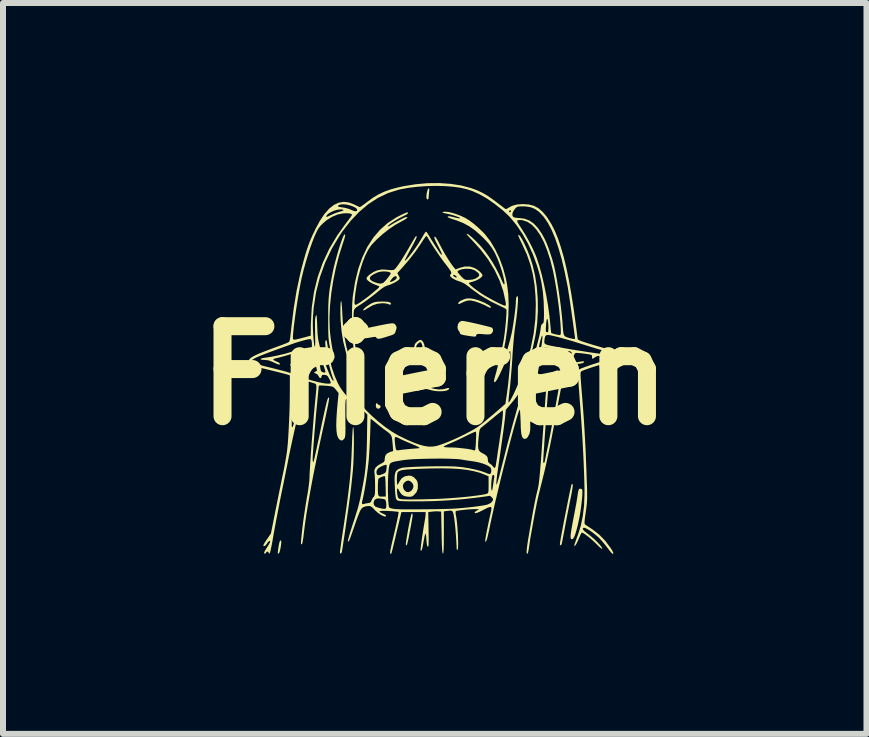
<source format=kicad_pcb>
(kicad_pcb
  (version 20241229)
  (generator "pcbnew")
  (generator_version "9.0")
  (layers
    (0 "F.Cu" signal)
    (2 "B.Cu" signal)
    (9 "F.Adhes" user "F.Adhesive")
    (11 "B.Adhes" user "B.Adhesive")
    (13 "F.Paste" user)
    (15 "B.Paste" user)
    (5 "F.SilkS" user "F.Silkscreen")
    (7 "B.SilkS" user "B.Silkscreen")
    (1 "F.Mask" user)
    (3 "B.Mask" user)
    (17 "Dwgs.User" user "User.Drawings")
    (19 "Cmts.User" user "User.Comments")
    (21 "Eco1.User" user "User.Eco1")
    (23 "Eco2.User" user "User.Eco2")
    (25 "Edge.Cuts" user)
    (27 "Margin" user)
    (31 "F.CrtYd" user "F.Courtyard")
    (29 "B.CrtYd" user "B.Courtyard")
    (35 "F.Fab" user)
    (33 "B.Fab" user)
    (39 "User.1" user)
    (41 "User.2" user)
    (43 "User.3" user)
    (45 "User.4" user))
  (footprint "Frieren"
    (layer "F.Cu")
    (at 4.193 3.206)
    (property "Reference" "Frieren" (at 0 0 0) (layer "F.SilkS") (effects (font (size 1.5 1.5) (thickness 0.3))))
    (attr board_only exclude_from_pos_files exclude_from_bom)
    (fp_poly (pts (xy -0.011 -0.321) (xy -0.006 -0.316) (xy -0.009 -0.305) (xy -0.017 -0.303) (xy -0.039 -0.311) (xy -0.044 -0.316) (xy -0.042 -0.327) (xy -0.033 -0.329)) (stroke (width 0) (type solid)) (fill yes) (layer "F.SilkS"))
    (fp_poly (pts (xy -0.955 0.471) (xy -0.936 0.489) (xy -0.925 0.493) (xy -0.906 0.502) (xy -0.903 0.523) (xy -0.91 0.538) (xy -0.936 0.555) (xy -0.963 0.547) (xy -0.973 0.537) (xy -0.982 0.508) (xy -0.98 0.484) (xy -0.972 0.46) (xy -0.964 0.459)) (stroke (width 0) (type solid)) (fill yes) (layer "F.SilkS"))
    (fp_poly (pts (xy -0.091 -3.109) (xy -0.092 -3.074) (xy -0.093 -3.063) (xy -0.098 -3.018) (xy -0.101 -2.978) (xy -0.101 -2.968) (xy -0.107 -2.939) (xy -0.12 -2.932) (xy -0.134 -2.941) (xy -0.139 -2.97) (xy -0.139 -2.979) (xy -0.136 -3.023) (xy -0.127 -3.066) (xy -0.116 -3.101) (xy -0.103 -3.12) (xy -0.099 -3.121)) (stroke (width 0) (type solid)) (fill yes) (layer "F.SilkS"))
    (fp_poly (pts (xy -2.559 2.756) (xy -2.559 2.758) (xy -2.556 2.781) (xy -2.56 2.819) (xy -2.567 2.863) (xy -2.576 2.907) (xy -2.587 2.944) (xy -2.597 2.964) (xy -2.6 2.967) (xy -2.614 2.963) (xy -2.616 2.957) (xy -2.614 2.938) (xy -2.609 2.902) (xy -2.603 2.856) (xy -2.602 2.852) (xy -2.591 2.793) (xy -2.58 2.757) (xy -2.569 2.745)) (stroke (width 0) (type solid)) (fill yes) (layer "F.SilkS"))
    (fp_poly (pts (xy -0.369 2.318) (xy -0.371 2.357) (xy -0.378 2.398) (xy -0.4 2.523) (xy -0.42 2.625) (xy -0.435 2.705) (xy -0.448 2.764) (xy -0.458 2.804) (xy -0.465 2.825) (xy -0.469 2.831) (xy -0.481 2.822) (xy -0.482 2.821) (xy -0.481 2.799) (xy -0.476 2.758) (xy -0.467 2.702) (xy -0.456 2.637) (xy -0.444 2.567) (xy -0.431 2.497) (xy -0.418 2.431) (xy -0.405 2.374) (xy -0.395 2.33) (xy -0.388 2.306) (xy -0.385 2.302) (xy -0.374 2.299)) (stroke (width 0) (type solid)) (fill yes) (layer "F.SilkS"))
    (fp_poly (pts (xy -0.81 -1.23) (xy -0.766 -1.225) (xy -0.742 -1.215) (xy -0.741 -1.214) (xy -0.727 -1.195) (xy -0.733 -1.183) (xy -0.754 -1.182) (xy -0.773 -1.189) (xy -0.801 -1.198) (xy -0.844 -1.203) (xy -0.879 -1.204) (xy -0.957 -1.195) (xy -1.034 -1.169) (xy -1.117 -1.122) (xy -1.13 -1.113) (xy -1.162 -1.093) (xy -1.186 -1.084) (xy -1.194 -1.086) (xy -1.189 -1.1) (xy -1.167 -1.124) (xy -1.133 -1.151) (xy -1.092 -1.179) (xy -1.049 -1.204) (xy -1.015 -1.218) (xy -0.978 -1.227) (xy -0.931 -1.231) (xy -0.877 -1.232)) (stroke (width 0) (type solid)) (fill yes) (layer "F.SilkS"))
    (fp_poly (pts (xy 0.654 -1.275) (xy 0.732 -1.252) (xy 0.813 -1.22) (xy 0.836 -1.209) (xy 0.894 -1.177) (xy 0.928 -1.154) (xy 0.938 -1.138) (xy 0.927 -1.129) (xy 0.91 -1.133) (xy 0.88 -1.147) (xy 0.86 -1.158) (xy 0.799 -1.187) (xy 0.732 -1.214) (xy 0.667 -1.235) (xy 0.61 -1.248) (xy 0.58 -1.251) (xy 0.536 -1.245) (xy 0.486 -1.228) (xy 0.468 -1.219) (xy 0.427 -1.2) (xy 0.405 -1.19) (xy 0.395 -1.191) (xy 0.392 -1.201) (xy 0.392 -1.207) (xy 0.403 -1.224) (xy 0.432 -1.245) (xy 0.472 -1.264) (xy 0.517 -1.28) (xy 0.529 -1.282) (xy 0.584 -1.285)) (stroke (width 0) (type solid)) (fill yes) (layer "F.SilkS"))
    (fp_poly (pts (xy -0.212 -0.582) (xy -0.189 -0.551) (xy -0.172 -0.505) (xy -0.168 -0.481) (xy -0.165 -0.447) (xy -0.17 -0.433) (xy -0.182 -0.43) (xy -0.198 -0.44) (xy -0.202 -0.46) (xy -0.207 -0.497) (xy -0.218 -0.53) (xy -0.232 -0.552) (xy -0.24 -0.556) (xy -0.258 -0.548) (xy -0.282 -0.528) (xy -0.286 -0.524) (xy -0.307 -0.493) (xy -0.312 -0.456) (xy -0.299 -0.409) (xy -0.278 -0.363) (xy -0.262 -0.332) (xy -0.254 -0.312) (xy -0.253 -0.309) (xy -0.26 -0.303) (xy -0.278 -0.311) (xy -0.293 -0.325) (xy -0.325 -0.373) (xy -0.34 -0.428) (xy -0.341 -0.462) (xy -0.338 -0.503) (xy -0.325 -0.532) (xy -0.302 -0.557) (xy -0.272 -0.58) (xy -0.245 -0.593) (xy -0.239 -0.594)) (stroke (width 0) (type solid)) (fill yes) (layer "F.SilkS"))
    (fp_poly (pts (xy -0.113 0.194) (xy -0.099 0.199) (xy -0.006 0.223) (xy 0.074 0.233) (xy 0.144 0.228) (xy 0.213 0.21) (xy 0.219 0.208) (xy 0.237 0.208) (xy 0.24 0.218) (xy 0.228 0.237) (xy 0.197 0.251) (xy 0.15 0.26) (xy 0.094 0.263) (xy 0.032 0.261) (xy -0.03 0.252) (xy -0.076 0.241) (xy -0.122 0.228) (xy -0.154 0.224) (xy -0.182 0.227) (xy -0.2 0.233) (xy -0.283 0.253) (xy -0.362 0.257) (xy -0.396 0.253) (xy -0.433 0.242) (xy -0.459 0.228) (xy -0.468 0.214) (xy -0.466 0.209) (xy -0.451 0.208) (xy -0.422 0.214) (xy -0.416 0.215) (xy -0.341 0.226) (xy -0.262 0.217) (xy -0.219 0.204) (xy -0.177 0.191) (xy -0.146 0.188)) (stroke (width 0) (type solid)) (fill yes) (layer "F.SilkS"))
    (fp_poly (pts (xy 2.448 1.891) (xy 2.457 1.905) (xy 2.46 1.933) (xy 2.459 1.98) (xy 2.455 2.042) (xy 2.447 2.115) (xy 2.438 2.193) (xy 2.427 2.272) (xy 2.414 2.346) (xy 2.407 2.382) (xy 2.382 2.498) (xy 2.358 2.59) (xy 2.337 2.657) (xy 2.316 2.703) (xy 2.297 2.726) (xy 2.279 2.728) (xy 2.271 2.722) (xy 2.265 2.709) (xy 2.263 2.686) (xy 2.265 2.649) (xy 2.272 2.597) (xy 2.284 2.527) (xy 2.3 2.436) (xy 2.312 2.374) (xy 2.329 2.287) (xy 2.345 2.201) (xy 2.36 2.121) (xy 2.371 2.053) (xy 2.379 2.004) (xy 2.379 2.003) (xy 2.387 1.948) (xy 2.395 1.914) (xy 2.403 1.895) (xy 2.414 1.887) (xy 2.422 1.885)) (stroke (width 0) (type solid)) (fill yes) (layer "F.SilkS"))
    (fp_poly (pts (xy 2.294 1.81) (xy 2.298 1.814) (xy 2.3 1.83) (xy 2.296 1.867) (xy 2.288 1.919) (xy 2.276 1.985) (xy 2.266 2.035) (xy 2.249 2.116) (xy 2.23 2.214) (xy 2.209 2.319) (xy 2.189 2.424) (xy 2.173 2.508) (xy 2.158 2.589) (xy 2.144 2.662) (xy 2.132 2.724) (xy 2.123 2.771) (xy 2.117 2.798) (xy 2.116 2.802) (xy 2.106 2.825) (xy 2.093 2.83) (xy 2.085 2.816) (xy 2.085 2.81) (xy 2.087 2.789) (xy 2.094 2.746) (xy 2.104 2.687) (xy 2.118 2.613) (xy 2.134 2.529) (xy 2.151 2.437) (xy 2.17 2.341) (xy 2.189 2.244) (xy 2.208 2.149) (xy 2.226 2.059) (xy 2.242 1.979) (xy 2.257 1.91) (xy 2.269 1.857) (xy 2.277 1.822) (xy 2.281 1.809)) (stroke (width 0) (type solid)) (fill yes) (layer "F.SilkS"))
    (fp_poly (pts (xy -0.681 -0.866) (xy -0.667 -0.859) (xy -0.657 -0.847) (xy -0.652 -0.84) (xy -0.639 -0.817) (xy -0.636 -0.795) (xy -0.642 -0.764) (xy -0.648 -0.747) (xy -0.658 -0.718) (xy -0.669 -0.699) (xy -0.687 -0.685) (xy -0.718 -0.672) (xy -0.767 -0.656) (xy -0.767 -0.656) (xy -0.84 -0.633) (xy -0.894 -0.618) (xy -0.93 -0.612) (xy -0.954 -0.614) (xy -0.968 -0.623) (xy -0.971 -0.628) (xy -0.98 -0.64) (xy -0.995 -0.644) (xy -1.023 -0.641) (xy -1.058 -0.635) (xy -1.134 -0.622) (xy -1.19 -0.62) (xy -1.229 -0.63) (xy -1.251 -0.644) (xy -1.273 -0.68) (xy -1.27 -0.718) (xy -1.254 -0.743) (xy -1.24 -0.754) (xy -1.213 -0.766) (xy -1.172 -0.778) (xy -1.112 -0.793) (xy -1.032 -0.811) (xy -1.005 -0.816) (xy -0.907 -0.837) (xy -0.83 -0.852) (xy -0.773 -0.862) (xy -0.73 -0.868) (xy -0.701 -0.869)) (stroke (width 0) (type solid)) (fill yes) (layer "F.SilkS"))
    (fp_poly (pts (xy 0.483 -0.907) (xy 0.526 -0.899) (xy 0.583 -0.888) (xy 0.648 -0.874) (xy 0.718 -0.858) (xy 0.786 -0.842) (xy 0.849 -0.826) (xy 0.901 -0.813) (xy 0.939 -0.802) (xy 0.956 -0.795) (xy 0.956 -0.795) (xy 0.971 -0.767) (xy 0.969 -0.733) (xy 0.949 -0.702) (xy 0.948 -0.702) (xy 0.933 -0.691) (xy 0.913 -0.685) (xy 0.882 -0.684) (xy 0.835 -0.686) (xy 0.811 -0.688) (xy 0.757 -0.692) (xy 0.724 -0.692) (xy 0.705 -0.689) (xy 0.696 -0.682) (xy 0.692 -0.671) (xy 0.687 -0.658) (xy 0.679 -0.65) (xy 0.663 -0.648) (xy 0.634 -0.65) (xy 0.588 -0.656) (xy 0.543 -0.663) (xy 0.484 -0.673) (xy 0.447 -0.682) (xy 0.426 -0.693) (xy 0.418 -0.707) (xy 0.417 -0.713) (xy 0.408 -0.735) (xy 0.398 -0.746) (xy 0.385 -0.769) (xy 0.379 -0.806) (xy 0.379 -0.81) (xy 0.388 -0.858) (xy 0.412 -0.892) (xy 0.448 -0.909) (xy 0.458 -0.91)) (stroke (width 0) (type solid)) (fill yes) (layer "F.SilkS"))
    (fp_poly (pts (xy -1.358 0.859) (xy -1.354 0.874) (xy -1.351 0.91) (xy -1.349 0.963) (xy -1.347 1.031) (xy -1.347 1.109) (xy -1.348 1.194) (xy -1.349 1.282) (xy -1.352 1.368) (xy -1.355 1.451) (xy -1.36 1.524) (xy -1.363 1.573) (xy -1.377 1.713) (xy -1.393 1.861) (xy -1.413 2.021) (xy -1.437 2.199) (xy -1.448 2.275) (xy -1.465 2.391) (xy -1.481 2.504) (xy -1.496 2.61) (xy -1.511 2.706) (xy -1.524 2.791) (xy -1.534 2.859) (xy -1.542 2.909) (xy -1.548 2.938) (xy -1.548 2.941) (xy -1.559 2.965) (xy -1.572 2.967) (xy -1.579 2.949) (xy -1.58 2.943) (xy -1.578 2.923) (xy -1.572 2.883) (xy -1.564 2.824) (xy -1.554 2.75) (xy -1.541 2.665) (xy -1.527 2.572) (xy -1.523 2.548) (xy -1.494 2.35) (xy -1.468 2.173) (xy -1.447 2.014) (xy -1.429 1.868) (xy -1.414 1.734) (xy -1.403 1.605) (xy -1.394 1.48) (xy -1.387 1.355) (xy -1.382 1.225) (xy -1.379 1.156) (xy -1.376 1.052) (xy -1.372 0.969) (xy -1.368 0.909) (xy -1.364 0.872) (xy -1.359 0.859)) (stroke (width 0) (type solid)) (fill yes) (layer "F.SilkS"))
    (fp_poly (pts (xy -1.494 -2.346) (xy -1.492 -2.332) (xy -1.498 -2.304) (xy -1.511 -2.259) (xy -1.533 -2.195) (xy -1.534 -2.191) (xy -1.596 -1.993) (xy -1.649 -1.787) (xy -1.692 -1.576) (xy -1.724 -1.367) (xy -1.745 -1.162) (xy -1.754 -0.967) (xy -1.75 -0.787) (xy -1.744 -0.714) (xy -1.736 -0.642) (xy -1.725 -0.564) (xy -1.713 -0.488) (xy -1.7 -0.417) (xy -1.687 -0.359) (xy -1.676 -0.319) (xy -1.674 -0.314) (xy -1.673 -0.292) (xy -1.686 -0.285) (xy -1.702 -0.297) (xy -1.704 -0.301) (xy -1.712 -0.322) (xy -1.722 -0.362) (xy -1.735 -0.415) (xy -1.746 -0.468) (xy -1.755 -0.516) (xy -1.762 -0.559) (xy -1.767 -0.603) (xy -1.771 -0.653) (xy -1.773 -0.711) (xy -1.775 -0.784) (xy -1.775 -0.874) (xy -1.775 -0.948) (xy -1.775 -1.069) (xy -1.773 -1.171) (xy -1.769 -1.26) (xy -1.762 -1.342) (xy -1.753 -1.424) (xy -1.739 -1.511) (xy -1.721 -1.609) (xy -1.698 -1.725) (xy -1.682 -1.801) (xy -1.661 -1.884) (xy -1.638 -1.969) (xy -1.614 -2.054) (xy -1.59 -2.134) (xy -1.566 -2.207) (xy -1.544 -2.268) (xy -1.525 -2.315) (xy -1.511 -2.343) (xy -1.503 -2.35)) (stroke (width 0) (type solid)) (fill yes) (layer "F.SilkS"))
    (fp_poly (pts (xy 0.264 -3.193) (xy 0.441 -3.166) (xy 0.603 -3.123) (xy 0.678 -3.096) (xy 0.733 -3.073) (xy 0.784 -3.049) (xy 0.834 -3.022) (xy 0.887 -2.99) (xy 0.946 -2.949) (xy 1.014 -2.899) (xy 1.097 -2.836) (xy 1.158 -2.789) (xy 1.179 -2.774) (xy 1.195 -2.774) (xy 1.219 -2.788) (xy 1.225 -2.792) (xy 1.291 -2.828) (xy 1.369 -2.849) (xy 1.464 -2.856) (xy 1.472 -2.856) (xy 1.569 -2.849) (xy 1.653 -2.827) (xy 1.728 -2.787) (xy 1.797 -2.727) (xy 1.866 -2.645) (xy 1.884 -2.618) (xy 1.944 -2.522) (xy 2 -2.412) (xy 2.052 -2.285) (xy 2.101 -2.14) (xy 2.148 -1.978) (xy 2.192 -1.796) (xy 2.234 -1.593) (xy 2.274 -1.368) (xy 2.313 -1.12) (xy 2.348 -0.866) (xy 2.382 -0.6) (xy 2.426 -0.579) (xy 2.453 -0.569) (xy 2.5 -0.553) (xy 2.56 -0.534) (xy 2.628 -0.513) (xy 2.673 -0.5) (xy 2.746 -0.479) (xy 2.817 -0.458) (xy 2.878 -0.441) (xy 2.924 -0.427) (xy 2.941 -0.422) (xy 2.996 -0.4) (xy 3.028 -0.372) (xy 3.029 -0.371) (xy 3.041 -0.348) (xy 3.04 -0.33) (xy 3.024 -0.306) (xy 3.009 -0.287) (xy 2.989 -0.271) (xy 2.962 -0.255) (xy 2.924 -0.238) (xy 2.871 -0.218) (xy 2.802 -0.195) (xy 2.713 -0.166) (xy 2.692 -0.159) (xy 2.619 -0.136) (xy 2.554 -0.114) (xy 2.501 -0.095) (xy 2.463 -0.08) (xy 2.447 -0.072) (xy 2.438 -0.065) (xy 2.433 -0.056) (xy 2.43 -0.041) (xy 2.429 -0.016) (xy 2.43 0.021) (xy 2.434 0.075) (xy 2.439 0.149) (xy 2.443 0.197) (xy 2.459 0.396) (xy 2.473 0.577) (xy 2.485 0.744) (xy 2.495 0.905) (xy 2.504 1.065) (xy 2.513 1.231) (xy 2.52 1.408) (xy 2.528 1.604) (xy 2.529 1.646) (xy 2.533 1.761) (xy 2.537 1.856) (xy 2.539 1.932) (xy 2.539 1.995) (xy 2.539 2.047) (xy 2.537 2.093) (xy 2.534 2.135) (xy 2.529 2.179) (xy 2.523 2.228) (xy 2.517 2.271) (xy 2.506 2.346) (xy 2.499 2.4) (xy 2.496 2.436) (xy 2.496 2.46) (xy 2.499 2.474) (xy 2.506 2.482) (xy 2.511 2.487) (xy 2.531 2.5) (xy 2.567 2.524) (xy 2.611 2.553) (xy 2.631 2.566) (xy 2.74 2.651) (xy 2.843 2.757) (xy 2.929 2.872) (xy 2.96 2.921) (xy 2.975 2.954) (xy 2.974 2.97) (xy 2.973 2.971) (xy 2.961 2.97) (xy 2.939 2.949) (xy 2.905 2.908) (xy 2.884 2.879) (xy 2.841 2.824) (xy 2.794 2.767) (xy 2.749 2.717) (xy 2.734 2.702) (xy 2.688 2.662) (xy 2.638 2.622) (xy 2.588 2.586) (xy 2.542 2.558) (xy 2.505 2.54) (xy 2.483 2.536) (xy 2.481 2.536) (xy 2.466 2.549) (xy 2.471 2.568) (xy 2.497 2.596) (xy 2.543 2.632) (xy 2.598 2.675) (xy 2.651 2.72) (xy 2.7 2.766) (xy 2.741 2.81) (xy 2.772 2.847) (xy 2.788 2.875) (xy 2.789 2.89) (xy 2.777 2.884) (xy 2.752 2.864) (xy 2.718 2.832) (xy 2.689 2.803) (xy 2.645 2.761) (xy 2.597 2.718) (xy 2.549 2.679) (xy 2.505 2.646) (xy 2.471 2.624) (xy 2.45 2.616) (xy 2.45 2.616) (xy 2.442 2.627) (xy 2.427 2.656) (xy 2.409 2.698) (xy 2.401 2.716) (xy 2.38 2.765) (xy 2.36 2.805) (xy 2.342 2.832) (xy 2.33 2.844) (xy 2.325 2.838) (xy 2.328 2.818) (xy 2.335 2.794) (xy 2.35 2.752) (xy 2.369 2.699) (xy 2.386 2.654) (xy 2.432 2.508) (xy 2.466 2.344) (xy 2.488 2.168) (xy 2.495 1.985) (xy 2.495 1.984) (xy 2.495 1.879) (xy 2.492 1.752) (xy 2.487 1.608) (xy 2.481 1.452) (xy 2.473 1.286) (xy 2.464 1.115) (xy 2.454 0.942) (xy 2.443 0.773) (xy 2.432 0.619) (xy 2.424 0.513) (xy 2.416 0.41) (xy 2.409 0.314) (xy 2.403 0.229) (xy 2.397 0.159) (xy 2.394 0.109) (xy 2.392 0.09) (xy 2.387 0.042) (xy 2.38 0.003) (xy 2.373 -0.018) (xy 2.371 -0.02) (xy 2.351 -0.017) (xy 2.316 -0.004) (xy 2.273 0.018) (xy 2.226 0.044) (xy 2.182 0.07) (xy 2.147 0.095) (xy 2.126 0.114) (xy 2.124 0.118) (xy 2.119 0.137) (xy 2.11 0.178) (xy 2.099 0.236) (xy 2.085 0.31) (xy 2.069 0.394) (xy 2.052 0.487) (xy 2.048 0.505) (xy 2.014 0.69) (xy 1.98 0.87) (xy 1.947 1.041) (xy 1.915 1.201) (xy 1.884 1.347) (xy 1.856 1.476) (xy 1.831 1.586) (xy 1.811 1.668) (xy 1.781 1.787) (xy 1.756 1.887) (xy 1.735 1.973) (xy 1.717 2.05) (xy 1.701 2.124) (xy 1.686 2.2) (xy 1.67 2.283) (xy 1.661 2.331) (xy 1.642 2.437) (xy 1.627 2.521) (xy 1.615 2.588) (xy 1.605 2.641) (xy 1.598 2.683) (xy 1.592 2.718) (xy 1.587 2.751) (xy 1.582 2.783) (xy 1.579 2.805) (xy 1.569 2.873) (xy 1.561 2.92) (xy 1.555 2.949) (xy 1.549 2.964) (xy 1.543 2.969) (xy 1.541 2.97) (xy 1.534 2.965) (xy 1.531 2.951) (xy 1.531 2.924) (xy 1.535 2.882) (xy 1.542 2.823) (xy 1.554 2.745) (xy 1.571 2.646) (xy 1.58 2.591) (xy 1.605 2.449) (xy 1.626 2.327) (xy 1.645 2.225) (xy 1.662 2.137) (xy 1.677 2.061) (xy 1.692 1.993) (xy 1.707 1.93) (xy 1.713 1.908) (xy 1.72 1.878) (xy 1.726 1.845) (xy 1.733 1.805) (xy 1.739 1.756) (xy 1.745 1.698) (xy 1.752 1.626) (xy 1.759 1.539) (xy 1.768 1.435) (xy 1.768 1.428) (xy 1.807 1.428) (xy 1.811 1.455) (xy 1.82 1.459) (xy 1.83 1.441) (xy 1.836 1.419) (xy 1.841 1.393) (xy 1.85 1.349) (xy 1.861 1.292) (xy 1.875 1.229) (xy 1.875 1.226) (xy 1.891 1.149) (xy 1.911 1.048) (xy 1.935 0.923) (xy 1.963 0.774) (xy 1.996 0.6) (xy 2.032 0.402) (xy 2.052 0.293) (xy 2.062 0.234) (xy 2.069 0.184) (xy 2.072 0.148) (xy 2.07 0.132) (xy 2.07 0.131) (xy 2.053 0.132) (xy 2.02 0.139) (xy 1.978 0.151) (xy 1.897 0.178) (xy 1.89 0.244) (xy 1.887 0.273) (xy 1.883 0.322) (xy 1.878 0.39) (xy 1.872 0.472) (xy 1.865 0.565) (xy 1.858 0.667) (xy 1.85 0.774) (xy 1.843 0.882) (xy 1.835 0.989) (xy 1.828 1.092) (xy 1.822 1.186) (xy 1.816 1.27) (xy 1.812 1.339) (xy 1.809 1.391) (xy 1.807 1.422) (xy 1.807 1.428) (xy 1.768 1.428) (xy 1.777 1.312) (xy 1.787 1.167) (xy 1.794 1.068) (xy 1.804 0.933) (xy 1.813 0.804) (xy 1.822 0.683) (xy 1.83 0.573) (xy 1.837 0.476) (xy 1.843 0.395) (xy 1.848 0.333) (xy 1.852 0.292) (xy 1.853 0.276) (xy 1.855 0.236) (xy 1.853 0.207) (xy 1.849 0.198) (xy 1.832 0.196) (xy 1.796 0.196) (xy 1.746 0.198) (xy 1.707 0.201) (xy 1.641 0.206) (xy 1.594 0.214) (xy 1.565 0.227) (xy 1.55 0.25) (xy 1.547 0.286) (xy 1.552 0.341) (xy 1.56 0.4) (xy 1.569 0.472) (xy 1.577 0.559) (xy 1.584 0.649) (xy 1.588 0.733) (xy 1.589 0.736) (xy 1.591 0.812) (xy 1.592 0.868) (xy 1.59 0.91) (xy 1.585 0.941) (xy 1.578 0.968) (xy 1.574 0.979) (xy 1.549 1.027) (xy 1.521 1.053) (xy 1.49 1.055) (xy 1.487 1.054) (xy 1.469 1.043) (xy 1.456 1.02) (xy 1.445 0.985) (xy 1.438 0.934) (xy 1.433 0.863) (xy 1.431 0.774) (xy 1.428 0.705) (xy 1.425 0.646) (xy 1.422 0.601) (xy 1.418 0.574) (xy 1.416 0.569) (xy 1.408 0.581) (xy 1.395 0.615) (xy 1.377 0.67) (xy 1.356 0.743) (xy 1.33 0.833) (xy 1.302 0.936) (xy 1.271 1.052) (xy 1.238 1.177) (xy 1.204 1.311) (xy 1.168 1.45) (xy 1.133 1.592) (xy 1.097 1.736) (xy 1.063 1.88) (xy 1.029 2.021) (xy 0.997 2.157) (xy 0.968 2.286) (xy 0.941 2.406) (xy 0.918 2.516) (xy 0.915 2.534) (xy 0.896 2.621) (xy 0.881 2.686) (xy 0.869 2.731) (xy 0.858 2.757) (xy 0.849 2.768) (xy 0.84 2.765) (xy 0.84 2.765) (xy 0.84 2.751) (xy 0.845 2.715) (xy 0.854 2.662) (xy 0.867 2.594) (xy 0.883 2.516) (xy 0.901 2.43) (xy 0.92 2.341) (xy 0.93 2.297) (xy 0.942 2.244) (xy 0.945 2.209) (xy 0.938 2.192) (xy 0.917 2.191) (xy 0.88 2.204) (xy 0.824 2.232) (xy 0.809 2.24) (xy 0.749 2.27) (xy 0.707 2.287) (xy 0.681 2.294) (xy 0.668 2.291) (xy 0.665 2.278) (xy 0.683 2.262) (xy 0.697 2.254) (xy 0.739 2.23) (xy 0.695 2.226) (xy 0.663 2.226) (xy 0.617 2.228) (xy 0.561 2.231) (xy 0.502 2.237) (xy 0.445 2.243) (xy 0.397 2.25) (xy 0.363 2.256) (xy 0.35 2.261) (xy 0.347 2.278) (xy 0.349 2.31) (xy 0.352 2.326) (xy 0.361 2.374) (xy 0.369 2.435) (xy 0.376 2.505) (xy 0.381 2.581) (xy 0.386 2.657) (xy 0.388 2.73) (xy 0.39 2.795) (xy 0.389 2.849) (xy 0.386 2.887) (xy 0.381 2.905) (xy 0.379 2.906) (xy 0.366 2.899) (xy 0.366 2.897) (xy 0.36 2.767) (xy 0.352 2.647) (xy 0.343 2.539) (xy 0.333 2.445) (xy 0.323 2.368) (xy 0.313 2.31) (xy 0.302 2.275) (xy 0.298 2.267) (xy 0.284 2.255) (xy 0.26 2.251) (xy 0.221 2.255) (xy 0.217 2.255) (xy 0.152 2.264) (xy 0.152 2.618) (xy 0.151 2.726) (xy 0.151 2.811) (xy 0.149 2.875) (xy 0.147 2.92) (xy 0.144 2.949) (xy 0.14 2.964) (xy 0.136 2.967) (xy 0.131 2.958) (xy 0.126 2.936) (xy 0.123 2.898) (xy 0.12 2.842) (xy 0.117 2.765) (xy 0.115 2.666) (xy 0.114 2.615) (xy 0.107 2.268) (xy 0.063 2.264) (xy 0.023 2.263) (xy -0.026 2.266) (xy -0.045 2.268) (xy -0.108 2.276) (xy -0.103 2.567) (xy -0.102 2.662) (xy -0.101 2.735) (xy -0.102 2.787) (xy -0.103 2.822) (xy -0.106 2.843) (xy -0.111 2.853) (xy -0.115 2.853) (xy -0.125 2.841) (xy -0.132 2.81) (xy -0.137 2.758) (xy -0.139 2.729) (xy -0.143 2.674) (xy -0.148 2.642) (xy -0.153 2.633) (xy -0.161 2.648) (xy -0.171 2.686) (xy -0.183 2.749) (xy -0.188 2.778) (xy -0.2 2.844) (xy -0.21 2.888) (xy -0.219 2.912) (xy -0.228 2.92) (xy -0.235 2.916) (xy -0.236 2.901) (xy -0.233 2.865) (xy -0.226 2.81) (xy -0.217 2.74) (xy -0.205 2.658) (xy -0.191 2.567) (xy -0.175 2.471) (xy -0.17 2.44) (xy -0.161 2.388) (xy -0.155 2.341) (xy -0.152 2.31) (xy -0.152 2.305) (xy -0.152 2.275) (xy -0.353 2.275) (xy -0.555 2.275) (xy -0.567 2.322) (xy -0.573 2.348) (xy -0.584 2.394) (xy -0.599 2.457) (xy -0.617 2.531) (xy -0.636 2.612) (xy -0.644 2.647) (xy -0.667 2.745) (xy -0.685 2.82) (xy -0.699 2.877) (xy -0.709 2.917) (xy -0.716 2.943) (xy -0.721 2.959) (xy -0.725 2.967) (xy -0.728 2.97) (xy -0.732 2.97) (xy -0.734 2.97) (xy -0.74 2.968) (xy -0.743 2.96) (xy -0.743 2.944) (xy -0.74 2.918) (xy -0.732 2.878) (xy -0.72 2.822) (xy -0.703 2.748) (xy -0.681 2.653) (xy -0.669 2.604) (xy -0.649 2.517) (xy -0.632 2.439) (xy -0.618 2.372) (xy -0.608 2.32) (xy -0.603 2.286) (xy -0.603 2.274) (xy -0.619 2.27) (xy -0.655 2.266) (xy -0.705 2.261) (xy -0.765 2.258) (xy -0.768 2.257) (xy -0.841 2.255) (xy -0.891 2.256) (xy -0.917 2.26) (xy -0.92 2.269) (xy -0.901 2.283) (xy -0.866 2.3) (xy -0.833 2.316) (xy -0.812 2.332) (xy -0.809 2.337) (xy -0.818 2.35) (xy -0.841 2.348) (xy -0.875 2.334) (xy -0.915 2.311) (xy -0.957 2.28) (xy -0.996 2.244) (xy -1.001 2.239) (xy -1.035 2.203) (xy -1.061 2.183) (xy -1.085 2.175) (xy -1.108 2.174) (xy -1.152 2.18) (xy -1.194 2.196) (xy -1.195 2.198) (xy -1.209 2.207) (xy -1.222 2.222) (xy -1.236 2.242) (xy -1.251 2.273) (xy -1.268 2.315) (xy -1.29 2.372) (xy -1.317 2.446) (xy -1.349 2.541) (xy -1.371 2.603) (xy -1.395 2.673) (xy -1.413 2.721) (xy -1.427 2.751) (xy -1.437 2.765) (xy -1.445 2.766) (xy -1.448 2.764) (xy -1.447 2.75) (xy -1.438 2.716) (xy -1.424 2.664) (xy -1.405 2.599) (xy -1.381 2.525) (xy -1.367 2.48) (xy -1.333 2.378) (xy -1.307 2.293) (xy -1.285 2.223) (xy -1.268 2.161) (xy -1.255 2.109) (xy -1.212 2.109) (xy -1.211 2.137) (xy -1.199 2.145) (xy -1.192 2.143) (xy -1.166 2.136) (xy -1.128 2.129) (xy -1.117 2.127) (xy -1.081 2.12) (xy -1.079 2.118) (xy -1.019 2.118) (xy -1.013 2.156) (xy -0.989 2.184) (xy -0.985 2.187) (xy -0.956 2.197) (xy -0.914 2.209) (xy -0.868 2.219) (xy -0.84 2.223) (xy -0.819 2.216) (xy -0.814 2.212) (xy -0.808 2.193) (xy -0.807 2.158) (xy -0.808 2.133) (xy -0.814 2.094) (xy -0.822 2.073) (xy -0.837 2.062) (xy -0.853 2.058) (xy -0.919 2.048) (xy -0.966 2.051) (xy -0.997 2.068) (xy -1.006 2.079) (xy -1.019 2.118) (xy -1.079 2.118) (xy -1.063 2.106) (xy -1.055 2.087) (xy -1.04 2.052) (xy -1.02 2.025) (xy -1.009 2.011) (xy -1.002 1.994) (xy -0.997 1.969) (xy -0.995 1.93) (xy -0.994 1.874) (xy -0.994 1.873) (xy -0.948 1.873) (xy -0.947 1.936) (xy -0.944 1.978) (xy -0.936 2.003) (xy -0.919 2.015) (xy -0.892 2.018) (xy -0.853 2.017) (xy -0.815 2.016) (xy -0.818 1.853) (xy -0.819 1.843) (xy -0.78 1.843) (xy -0.78 1.928) (xy -0.778 2.009) (xy -0.775 2.082) (xy -0.77 2.141) (xy -0.764 2.182) (xy -0.758 2.199) (xy -0.74 2.209) (xy -0.703 2.219) (xy -0.655 2.225) (xy -0.62 2.227) (xy -0.565 2.229) (xy -0.491 2.23) (xy -0.404 2.23) (xy -0.307 2.23) (xy -0.204 2.229) (xy -0.099 2.228) (xy 0.004 2.227) (xy 0.101 2.225) (xy 0.189 2.223) (xy 0.263 2.221) (xy 0.32 2.218) (xy 0.341 2.217) (xy 0.451 2.208) (xy 0.556 2.198) (xy 0.653 2.187) (xy 0.739 2.176) (xy 0.808 2.165) (xy 0.859 2.155) (xy 0.878 2.15) (xy 0.93 2.126) (xy 0.96 2.095) (xy 0.972 2.069) (xy 0.968 2.051) (xy 0.951 2.032) (xy 0.923 2.004) (xy 0.768 2.026) (xy 0.639 2.042) (xy 0.516 2.056) (xy 0.392 2.068) (xy 0.257 2.078) (xy 0.145 2.085) (xy 0.058 2.089) (xy -0.037 2.093) (xy -0.136 2.095) (xy -0.234 2.097) (xy -0.328 2.097) (xy -0.415 2.097) (xy -0.49 2.095) (xy -0.551 2.093) (xy -0.593 2.089) (xy -0.61 2.086) (xy -0.626 2.078) (xy -0.638 2.065) (xy -0.647 2.045) (xy -0.653 2.012) (xy -0.658 1.964) (xy -0.663 1.896) (xy -0.665 1.836) (xy -0.666 1.834) (xy -0.531 1.834) (xy -0.524 1.879) (xy -0.505 1.913) (xy -0.47 1.94) (xy -0.432 1.943) (xy -0.393 1.922) (xy -0.385 1.915) (xy -0.359 1.874) (xy -0.355 1.831) (xy -0.374 1.79) (xy -0.414 1.758) (xy -0.44 1.75) (xy -0.469 1.757) (xy -0.479 1.762) (xy -0.516 1.793) (xy -0.531 1.834) (xy -0.666 1.834) (xy -0.668 1.761) (xy -0.631 1.761) (xy -0.629 1.796) (xy -0.625 1.817) (xy -0.622 1.819) (xy -0.612 1.809) (xy -0.596 1.782) (xy -0.589 1.768) (xy -0.552 1.714) (xy -0.5 1.68) (xy -0.435 1.668) (xy -0.433 1.668) (xy -0.392 1.672) (xy -0.359 1.688) (xy -0.333 1.71) (xy -0.304 1.741) (xy -0.288 1.773) (xy -0.281 1.817) (xy -0.281 1.817) (xy -0.283 1.887) (xy -0.303 1.944) (xy -0.345 1.991) (xy -0.345 1.992) (xy -0.373 2.012) (xy -0.4 2.02) (xy -0.438 2.02) (xy -0.451 2.019) (xy -0.509 2.008) (xy -0.551 1.982) (xy -0.584 1.938) (xy -0.594 1.916) (xy -0.611 1.887) (xy -0.623 1.882) (xy -0.629 1.899) (xy -0.629 1.937) (xy -0.626 1.963) (xy -0.619 2.011) (xy -0.608 2.04) (xy -0.589 2.055) (xy -0.558 2.061) (xy -0.543 2.063) (xy -0.507 2.064) (xy -0.45 2.065) (xy -0.377 2.065) (xy -0.293 2.064) (xy -0.202 2.063) (xy -0.108 2.06) (xy -0.016 2.058) (xy 0.068 2.055) (xy 0.107 2.053) (xy 0.213 2.047) (xy 0.322 2.039) (xy 0.431 2.03) (xy 0.536 2.02) (xy 0.633 2.009) (xy 0.719 1.998) (xy 0.791 1.987) (xy 0.843 1.977) (xy 0.869 1.97) (xy 0.881 1.964) (xy 0.889 1.954) (xy 0.894 1.935) (xy 0.896 1.903) (xy 0.897 1.852) (xy 0.897 1.832) (xy 0.941 1.832) (xy 0.941 1.875) (xy 0.945 1.906) (xy 0.951 1.919) (xy 0.955 1.918) (xy 0.959 1.904) (xy 0.965 1.872) (xy 0.972 1.827) (xy 0.973 1.819) (xy 0.974 1.813) (xy 1.026 1.813) (xy 1.03 1.818) (xy 1.038 1.801) (xy 1.051 1.76) (xy 1.069 1.698) (xy 1.091 1.613) (xy 1.118 1.507) (xy 1.124 1.485) (xy 1.166 1.319) (xy 1.21 1.147) (xy 1.256 0.975) (xy 1.301 0.808) (xy 1.345 0.652) (xy 1.385 0.511) (xy 1.405 0.444) (xy 1.424 0.377) (xy 1.438 0.322) (xy 1.445 0.284) (xy 1.445 0.265) (xy 1.444 0.264) (xy 1.432 0.268) (xy 1.409 0.29) (xy 1.381 0.326) (xy 1.38 0.327) (xy 1.346 0.375) (xy 1.303 0.43) (xy 1.26 0.481) (xy 1.256 0.486) (xy 1.184 0.571) (xy 1.168 0.731) (xy 1.161 0.785) (xy 1.152 0.859) (xy 1.14 0.949) (xy 1.126 1.049) (xy 1.111 1.155) (xy 1.096 1.261) (xy 1.093 1.283) (xy 1.071 1.432) (xy 1.053 1.556) (xy 1.04 1.656) (xy 1.031 1.732) (xy 1.026 1.784) (xy 1.026 1.813) (xy 0.974 1.813) (xy 0.98 1.768) (xy 0.987 1.722) (xy 0.992 1.691) (xy 0.992 1.69) (xy 0.99 1.663) (xy 0.977 1.655) (xy 0.962 1.665) (xy 0.955 1.684) (xy 0.948 1.732) (xy 0.943 1.783) (xy 0.941 1.832) (xy 0.897 1.832) (xy 0.897 1.82) (xy 0.897 1.68) (xy 0.837 1.654) (xy 0.749 1.62) (xy 0.65 1.594) (xy 0.54 1.573) (xy 0.415 1.558) (xy 0.273 1.55) (xy 0.113 1.547) (xy -0.069 1.549) (xy -0.171 1.552) (xy -0.287 1.556) (xy -0.382 1.561) (xy -0.456 1.566) (xy -0.512 1.572) (xy -0.554 1.579) (xy -0.583 1.588) (xy -0.603 1.599) (xy -0.616 1.612) (xy -0.619 1.618) (xy -0.625 1.64) (xy -0.629 1.676) (xy -0.631 1.719) (xy -0.631 1.761) (xy -0.668 1.761) (xy -0.669 1.749) (xy -0.668 1.682) (xy -0.661 1.633) (xy -0.648 1.598) (xy -0.627 1.574) (xy -0.596 1.555) (xy -0.554 1.54) (xy -0.551 1.539) (xy -0.523 1.534) (xy -0.473 1.53) (xy -0.406 1.525) (xy -0.325 1.521) (xy -0.234 1.518) (xy -0.137 1.515) (xy -0.037 1.513) (xy 0.061 1.512) (xy 0.154 1.512) (xy 0.238 1.513) (xy 0.309 1.515) (xy 0.354 1.517) (xy 0.464 1.528) (xy 0.575 1.546) (xy 0.681 1.568) (xy 0.775 1.594) (xy 0.843 1.618) (xy 0.879 1.633) (xy 0.908 1.642) (xy 0.916 1.643) (xy 0.932 1.632) (xy 0.941 1.606) (xy 0.942 1.572) (xy 0.934 1.542) (xy 0.931 1.537) (xy 0.904 1.513) (xy 0.858 1.489) (xy 0.797 1.466) (xy 0.726 1.446) (xy 0.651 1.432) (xy 0.631 1.429) (xy 0.568 1.42) (xy 0.501 1.41) (xy 0.446 1.4) (xy 0.442 1.4) (xy 0.396 1.394) (xy 0.328 1.39) (xy 0.244 1.387) (xy 0.147 1.385) (xy 0.043 1.385) (xy -0.065 1.386) (xy -0.172 1.388) (xy -0.274 1.391) (xy -0.366 1.395) (xy -0.445 1.401) (xy -0.505 1.407) (xy -0.512 1.408) (xy -0.593 1.421) (xy -0.653 1.431) (xy -0.695 1.441) (xy -0.723 1.452) (xy -0.74 1.464) (xy -0.75 1.48) (xy -0.757 1.5) (xy -0.757 1.501) (xy -0.765 1.543) (xy -0.771 1.603) (xy -0.776 1.676) (xy -0.779 1.757) (xy -0.78 1.843) (xy -0.819 1.843) (xy -0.82 1.791) (xy -0.822 1.738) (xy -0.825 1.7) (xy -0.828 1.68) (xy -0.828 1.68) (xy -0.843 1.677) (xy -0.87 1.684) (xy -0.902 1.697) (xy -0.928 1.712) (xy -0.938 1.722) (xy -0.942 1.741) (xy -0.945 1.778) (xy -0.947 1.829) (xy -0.948 1.873) (xy -0.994 1.873) (xy -0.994 1.835) (xy -0.995 1.77) (xy -0.997 1.709) (xy -1 1.66) (xy -1.004 1.629) (xy -1.004 1.629) (xy -0.971 1.629) (xy -0.958 1.653) (xy -0.943 1.661) (xy -0.921 1.66) (xy -0.885 1.65) (xy -0.852 1.636) (xy -0.827 1.623) (xy -0.813 1.602) (xy -0.805 1.567) (xy -0.804 1.561) (xy -0.801 1.523) (xy -0.801 1.497) (xy -0.803 1.49) (xy -0.818 1.488) (xy -0.846 1.496) (xy -0.882 1.511) (xy -0.917 1.53) (xy -0.944 1.549) (xy -0.951 1.556) (xy -0.97 1.592) (xy -0.971 1.629) (xy -1.004 1.629) (xy -1.004 1.629) (xy -1.006 1.578) (xy -0.986 1.534) (xy -0.944 1.497) (xy -0.905 1.474) (xy -0.866 1.454) (xy -0.845 1.438) (xy -0.836 1.421) (xy -0.834 1.394) (xy -0.834 1.392) (xy -0.825 1.339) (xy -0.796 1.3) (xy -0.746 1.275) (xy -0.744 1.274) (xy -0.692 1.259) (xy -0.701 1.151) (xy -0.707 1.085) (xy -0.709 1.067) (xy -0.667 1.067) (xy -0.664 1.109) (xy -0.657 1.171) (xy -0.651 1.212) (xy -0.643 1.236) (xy -0.633 1.246) (xy -0.618 1.247) (xy -0.608 1.246) (xy -0.582 1.242) (xy -0.538 1.236) (xy -0.482 1.23) (xy -0.436 1.226) (xy -0.377 1.221) (xy -0.327 1.217) (xy -0.29 1.214) (xy -0.275 1.213) (xy -0.255 1.21) (xy -0.257 1.201) (xy -0.277 1.188) (xy 0.146 1.188) (xy 0.16 1.193) (xy 0.194 1.196) (xy 0.242 1.199) (xy 0.283 1.199) (xy 0.337 1.201) (xy 0.4 1.206) (xy 0.465 1.213) (xy 0.527 1.22) (xy 0.581 1.229) (xy 0.621 1.237) (xy 0.642 1.244) (xy 0.643 1.245) (xy 0.661 1.25) (xy 0.675 1.236) (xy 0.675 1.235) (xy 0.678 1.217) (xy 0.681 1.179) (xy 0.682 1.174) (xy 0.722 1.174) (xy 0.726 1.217) (xy 0.737 1.248) (xy 0.756 1.271) (xy 0.784 1.289) (xy 0.787 1.29) (xy 0.837 1.318) (xy 0.866 1.342) (xy 0.881 1.369) (xy 0.885 1.403) (xy 0.889 1.438) (xy 0.905 1.459) (xy 0.916 1.466) (xy 0.948 1.49) (xy 0.967 1.512) (xy 0.988 1.537) (xy 1.004 1.537) (xy 1.014 1.513) (xy 1.016 1.507) (xy 1.02 1.48) (xy 1.027 1.435) (xy 1.036 1.379) (xy 1.042 1.34) (xy 1.05 1.279) (xy 1.062 1.201) (xy 1.075 1.116) (xy 1.087 1.03) (xy 1.092 0.998) (xy 1.107 0.897) (xy 1.119 0.806) (xy 1.128 0.726) (xy 1.134 0.661) (xy 1.136 0.614) (xy 1.135 0.587) (xy 1.132 0.581) (xy 1.12 0.589) (xy 1.092 0.61) (xy 1.052 0.642) (xy 1.003 0.681) (xy 0.976 0.705) (xy 0.92 0.75) (xy 0.868 0.793) (xy 0.824 0.828) (xy 0.794 0.853) (xy 0.786 0.859) (xy 0.768 0.874) (xy 0.756 0.889) (xy 0.747 0.91) (xy 0.741 0.942) (xy 0.735 0.991) (xy 0.731 1.031) (xy 0.724 1.113) (xy 0.722 1.174) (xy 0.682 1.174) (xy 0.685 1.127) (xy 0.687 1.077) (xy 0.69 1.012) (xy 0.69 0.968) (xy 0.687 0.944) (xy 0.68 0.935) (xy 0.679 0.935) (xy 0.663 0.941) (xy 0.628 0.956) (xy 0.581 0.978) (xy 0.526 1.005) (xy 0.518 1.009) (xy 0.449 1.043) (xy 0.374 1.079) (xy 0.303 1.111) (xy 0.256 1.131) (xy 0.208 1.152) (xy 0.171 1.17) (xy 0.149 1.184) (xy 0.146 1.188) (xy -0.277 1.188) (xy -0.282 1.185) (xy -0.331 1.162) (xy -0.389 1.138) (xy -0.449 1.113) (xy -0.507 1.088) (xy -0.555 1.066) (xy -0.58 1.053) (xy -0.625 1.031) (xy -0.652 1.024) (xy -0.665 1.035) (xy -0.667 1.067) (xy -0.709 1.067) (xy -0.713 1.038) (xy -0.724 1.005) (xy -0.74 0.979) (xy -0.766 0.955) (xy -0.804 0.926) (xy -0.807 0.924) (xy -0.859 0.886) (xy -0.918 0.839) (xy -0.973 0.795) (xy -0.979 0.79) (xy -1.068 0.718) (xy -1.077 1) (xy -1.081 1.097) (xy -1.086 1.199) (xy -1.092 1.298) (xy -1.098 1.388) (xy -1.105 1.461) (xy -1.106 1.466) (xy -1.115 1.547) (xy -1.127 1.636) (xy -1.14 1.728) (xy -1.154 1.818) (xy -1.168 1.902) (xy -1.182 1.975) (xy -1.193 2.031) (xy -1.2 2.06) (xy -1.212 2.109) (xy -1.255 2.109) (xy -1.253 2.101) (xy -1.239 2.04) (xy -1.225 1.971) (xy -1.209 1.89) (xy -1.209 1.889) (xy -1.187 1.771) (xy -1.169 1.663) (xy -1.156 1.558) (xy -1.146 1.451) (xy -1.138 1.336) (xy -1.133 1.209) (xy -1.129 1.064) (xy -1.129 1.024) (xy -1.123 0.651) (xy -1.202 0.57) (xy -1.242 0.532) (xy -1.268 0.509) (xy -1.287 0.5) (xy -1.3 0.502) (xy -1.303 0.504) (xy -1.32 0.509) (xy -1.341 0.502) (xy -1.372 0.481) (xy -1.388 0.468) (xy -1.422 0.44) (xy -1.448 0.417) (xy -1.459 0.405) (xy -1.469 0.392) (xy -1.477 0.392) (xy -1.483 0.406) (xy -1.486 0.436) (xy -1.489 0.484) (xy -1.49 0.552) (xy -1.489 0.642) (xy -1.489 0.705) (xy -1.488 0.803) (xy -1.487 0.879) (xy -1.488 0.936) (xy -1.489 0.978) (xy -1.492 1.008) (xy -1.496 1.029) (xy -1.502 1.044) (xy -1.508 1.053) (xy -1.535 1.08) (xy -1.564 1.082) (xy -1.594 1.06) (xy -1.61 1.037) (xy -1.627 0.991) (xy -1.637 0.923) (xy -1.641 0.833) (xy -1.638 0.719) (xy -1.629 0.582) (xy -1.624 0.524) (xy -1.602 0.293) (xy -1.643 0.242) (xy -1.665 0.215) (xy -1.685 0.196) (xy -1.707 0.185) (xy -1.737 0.178) (xy -1.783 0.173) (xy -1.825 0.17) (xy -1.879 0.166) (xy -1.912 0.166) (xy -1.929 0.17) (xy -1.933 0.178) (xy -1.933 0.178) (xy -1.935 0.197) (xy -1.938 0.235) (xy -1.943 0.289) (xy -1.949 0.353) (xy -1.952 0.385) (xy -1.962 0.489) (xy -1.973 0.6) (xy -1.983 0.715) (xy -1.993 0.83) (xy -2.003 0.944) (xy -2.011 1.051) (xy -2.019 1.15) (xy -2.025 1.237) (xy -2.03 1.307) (xy -2.033 1.359) (xy -2.034 1.388) (xy -2.032 1.428) (xy -2.028 1.444) (xy -2.023 1.441) (xy -2.02 1.435) (xy -2.017 1.427) (xy -2.013 1.415) (xy -2.008 1.396) (xy -2.001 1.368) (xy -1.993 1.33) (xy -1.982 1.279) (xy -1.967 1.214) (xy -1.95 1.131) (xy -1.928 1.03) (xy -1.903 0.909) (xy -1.875 0.777) (xy -1.85 0.662) (xy -1.83 0.569) (xy -1.813 0.496) (xy -1.8 0.442) (xy -1.789 0.404) (xy -1.78 0.381) (xy -1.773 0.369) (xy -1.766 0.367) (xy -1.762 0.369) (xy -1.76 0.377) (xy -1.761 0.394) (xy -1.765 0.423) (xy -1.773 0.466) (xy -1.785 0.526) (xy -1.801 0.603) (xy -1.821 0.7) (xy -1.847 0.82) (xy -1.853 0.847) (xy -1.916 1.138) (xy -1.972 1.407) (xy -2.022 1.655) (xy -2.065 1.883) (xy -2.102 2.092) (xy -2.134 2.285) (xy -2.16 2.463) (xy -2.181 2.627) (xy -2.181 2.632) (xy -2.191 2.712) (xy -2.201 2.769) (xy -2.209 2.804) (xy -2.217 2.814) (xy -2.217 2.814) (xy -2.223 2.812) (xy -2.228 2.807) (xy -2.229 2.795) (xy -2.228 2.771) (xy -2.225 2.731) (xy -2.22 2.679) (xy -2.207 2.558) (xy -2.19 2.421) (xy -2.169 2.277) (xy -2.147 2.135) (xy -2.125 2.002) (xy -2.124 2) (xy -2.111 1.922) (xy -2.1 1.842) (xy -2.091 1.769) (xy -2.087 1.71) (xy -2.086 1.693) (xy -2.085 1.646) (xy -2.081 1.577) (xy -2.076 1.489) (xy -2.069 1.387) (xy -2.062 1.273) (xy -2.053 1.152) (xy -2.043 1.026) (xy -2.033 0.899) (xy -2.023 0.775) (xy -2.014 0.657) (xy -2.004 0.549) (xy -1.995 0.453) (xy -1.987 0.374) (xy -1.984 0.341) (xy -1.976 0.265) (xy -1.972 0.211) (xy -1.972 0.174) (xy -1.977 0.151) (xy -1.987 0.138) (xy -2 0.133) (xy -2.022 0.126) (xy -2.063 0.113) (xy -2.117 0.096) (xy -2.179 0.076) (xy -2.189 0.073) (xy -2.249 0.055) (xy -2.301 0.04) (xy -2.339 0.032) (xy -2.358 0.03) (xy -2.36 0.03) (xy -2.362 0.044) (xy -2.364 0.08) (xy -2.367 0.134) (xy -2.37 0.201) (xy -2.372 0.28) (xy -2.375 0.365) (xy -2.377 0.454) (xy -2.379 0.542) (xy -2.381 0.627) (xy -2.382 0.703) (xy -2.382 0.768) (xy -2.382 0.818) (xy -2.382 0.849) (xy -2.38 0.858) (xy -2.372 0.86) (xy -2.363 0.847) (xy -2.353 0.817) (xy -2.339 0.769) (xy -2.323 0.699) (xy -2.306 0.626) (xy -2.279 0.503) (xy -2.255 0.395) (xy -2.233 0.304) (xy -2.215 0.233) (xy -2.2 0.182) (xy -2.19 0.153) (xy -2.187 0.147) (xy -2.175 0.141) (xy -2.171 0.154) (xy -2.173 0.187) (xy -2.183 0.242) (xy -2.198 0.31) (xy -2.233 0.46) (xy -2.267 0.609) (xy -2.3 0.753) (xy -2.331 0.89) (xy -2.359 1.016) (xy -2.384 1.13) (xy -2.405 1.228) (xy -2.422 1.309) (xy -2.434 1.368) (xy -2.437 1.384) (xy -2.446 1.43) (xy -2.459 1.497) (xy -2.476 1.58) (xy -2.495 1.676) (xy -2.516 1.78) (xy -2.538 1.888) (xy -2.553 1.959) (xy -2.577 2.077) (xy -2.601 2.201) (xy -2.625 2.326) (xy -2.648 2.446) (xy -2.668 2.556) (xy -2.685 2.648) (xy -2.69 2.678) (xy -2.706 2.772) (xy -2.721 2.85) (xy -2.734 2.91) (xy -2.744 2.95) (xy -2.752 2.966) (xy -2.752 2.967) (xy -2.765 2.961) (xy -2.767 2.952) (xy -2.776 2.935) (xy -2.793 2.934) (xy -2.809 2.948) (xy -2.81 2.951) (xy -2.823 2.967) (xy -2.838 2.967) (xy -2.843 2.954) (xy -2.837 2.936) (xy -2.819 2.904) (xy -2.795 2.865) (xy -2.793 2.862) (xy -2.768 2.823) (xy -2.75 2.79) (xy -2.742 2.771) (xy -2.742 2.771) (xy -2.748 2.755) (xy -2.763 2.76) (xy -2.783 2.782) (xy -2.794 2.799) (xy -2.816 2.827) (xy -2.836 2.842) (xy -2.852 2.842) (xy -2.856 2.83) (xy -2.849 2.814) (xy -2.831 2.783) (xy -2.805 2.742) (xy -2.792 2.724) (xy -2.729 2.632) (xy -2.648 2.223) (xy -2.626 2.114) (xy -2.604 2.004) (xy -2.582 1.897) (xy -2.562 1.799) (xy -2.545 1.714) (xy -2.531 1.648) (xy -2.527 1.63) (xy -2.51 1.546) (xy -2.493 1.453) (xy -2.477 1.362) (xy -2.464 1.283) (xy -2.464 1.283) (xy -2.456 1.214) (xy -2.447 1.123) (xy -2.44 1.015) (xy -2.433 0.894) (xy -2.427 0.763) (xy -2.421 0.626) (xy -2.417 0.487) (xy -2.415 0.351) (xy -2.414 0.22) (xy -2.414 0.211) (xy -2.414 -0.001) (xy -2.445 -0.013) (xy -2.468 -0.02) (xy -2.51 -0.031) (xy -2.568 -0.046) (xy -2.635 -0.063) (xy -2.689 -0.076) (xy -2.792 -0.101) (xy -2.874 -0.121) (xy -2.937 -0.138) (xy -2.984 -0.152) (xy -3.018 -0.164) (xy -3.043 -0.176) (xy -3.06 -0.187) (xy -3.068 -0.193) (xy -3.088 -0.215) (xy -3.098 -0.237) (xy -3.097 -0.245) (xy -3.043 -0.245) (xy -3.037 -0.229) (xy -3.017 -0.214) (xy -2.981 -0.197) (xy -2.927 -0.18) (xy -2.852 -0.159) (xy -2.755 -0.135) (xy -2.746 -0.133) (xy -2.665 -0.113) (xy -2.589 -0.093) (xy -2.522 -0.076) (xy -2.468 -0.061) (xy -2.435 -0.051) (xy -2.433 -0.05) (xy -2.395 -0.037) (xy -2.341 -0.017) (xy -2.279 0.005) (xy -2.224 0.025) (xy -2.132 0.057) (xy -2.043 0.084) (xy -1.959 0.106) (xy -1.884 0.123) (xy -1.82 0.133) (xy -1.772 0.137) (xy -1.741 0.133) (xy -1.731 0.122) (xy -1.737 0.102) (xy -1.751 0.069) (xy -1.761 0.049) (xy -1.781 0.015) (xy -1.801 -0.003) (xy -1.829 -0.01) (xy -1.835 -0.01) (xy -1.866 -0.01) (xy -1.881 -0.001) (xy -1.885 0.014) (xy -1.895 0.041) (xy -1.911 0.044) (xy -1.928 0.025) (xy -1.933 0.014) (xy -1.954 -0.017) (xy -1.979 -0.031) (xy -2.004 -0.042) (xy -2.006 -0.056) (xy -1.983 -0.067) (xy -1.982 -0.067) (xy -1.963 -0.08) (xy -1.963 -0.093) (xy -1.968 -0.113) (xy -1.977 -0.151) (xy -1.988 -0.202) (xy -1.996 -0.242) (xy -2.004 -0.281) (xy -1.918 -0.281) (xy -1.918 -0.244) (xy -1.915 -0.199) (xy -1.911 -0.154) (xy -1.905 -0.113) (xy -1.898 -0.084) (xy -1.895 -0.075) (xy -1.879 -0.061) (xy -1.854 -0.051) (xy -1.831 -0.05) (xy -1.82 -0.057) (xy -1.82 -0.059) (xy -1.824 -0.077) (xy -1.835 -0.113) (xy -1.85 -0.158) (xy -1.868 -0.207) (xy -1.885 -0.252) (xy -1.9 -0.288) (xy -1.91 -0.308) (xy -1.911 -0.31) (xy -1.916 -0.305) (xy -1.918 -0.281) (xy -2.004 -0.281) (xy -2.008 -0.3) (xy -2.019 -0.35) (xy -2.026 -0.387) (xy -2.029 -0.401) (xy -2.041 -0.425) (xy -2.062 -0.426) (xy -2.091 -0.403) (xy -2.103 -0.39) (xy -2.146 -0.327) (xy -2.168 -0.264) (xy -2.17 -0.205) (xy -2.149 -0.153) (xy -2.148 -0.151) (xy -2.134 -0.122) (xy -2.136 -0.106) (xy -2.152 -0.106) (xy -2.175 -0.128) (xy -2.175 -0.128) (xy -2.203 -0.184) (xy -2.207 -0.249) (xy -2.188 -0.32) (xy -2.17 -0.357) (xy -2.156 -0.388) (xy -2.151 -0.409) (xy -2.152 -0.413) (xy -2.169 -0.416) (xy -2.2 -0.412) (xy -2.208 -0.41) (xy -2.237 -0.401) (xy -2.25 -0.39) (xy -2.253 -0.367) (xy -2.251 -0.339) (xy -2.256 -0.277) (xy -2.278 -0.224) (xy -2.313 -0.186) (xy -2.359 -0.166) (xy -2.379 -0.164) (xy -2.407 -0.168) (xy -2.411 -0.179) (xy -2.393 -0.193) (xy -2.373 -0.201) (xy -2.324 -0.225) (xy -2.296 -0.257) (xy -2.287 -0.301) (xy -2.287 -0.302) (xy -2.289 -0.338) (xy -2.296 -0.36) (xy -2.312 -0.37) (xy -2.341 -0.369) (xy -2.387 -0.358) (xy -2.434 -0.344) (xy -2.492 -0.327) (xy -2.546 -0.312) (xy -2.587 -0.301) (xy -2.603 -0.297) (xy -2.656 -0.285) (xy -2.685 -0.275) (xy -2.69 -0.263) (xy -2.672 -0.249) (xy -2.635 -0.233) (xy -2.602 -0.217) (xy -2.581 -0.2) (xy -2.578 -0.193) (xy -2.584 -0.183) (xy -2.604 -0.184) (xy -2.639 -0.197) (xy -2.694 -0.223) (xy -2.698 -0.225) (xy -2.768 -0.252) (xy -2.83 -0.259) (xy -2.877 -0.262) (xy -2.9 -0.269) (xy -2.898 -0.279) (xy -2.873 -0.289) (xy -2.834 -0.295) (xy -2.728 -0.311) (xy -2.61 -0.335) (xy -2.492 -0.363) (xy -2.385 -0.395) (xy -2.374 -0.399) (xy -2.307 -0.419) (xy -2.236 -0.438) (xy -2.172 -0.453) (xy -2.146 -0.458) (xy -2.047 -0.473) (xy -2.047 -0.532) (xy -2.05 -0.57) (xy -2.058 -0.597) (xy -2.063 -0.603) (xy -2.083 -0.606) (xy -2.122 -0.6) (xy -2.179 -0.586) (xy -2.248 -0.567) (xy -2.328 -0.542) (xy -2.407 -0.514) (xy -2.557 -0.46) (xy -2.683 -0.414) (xy -2.788 -0.375) (xy -2.873 -0.342) (xy -2.939 -0.315) (xy -2.987 -0.293) (xy -3.019 -0.276) (xy -3.036 -0.264) (xy -3.038 -0.261) (xy -3.043 -0.245) (xy -3.097 -0.245) (xy -3.096 -0.258) (xy -3.08 -0.28) (xy -3.05 -0.303) (xy -3.003 -0.33) (xy -2.939 -0.36) (xy -2.855 -0.394) (xy -2.75 -0.434) (xy -2.623 -0.481) (xy -2.586 -0.494) (xy -2.53 -0.515) (xy -2.481 -0.534) (xy -2.447 -0.549) (xy -2.432 -0.557) (xy -2.425 -0.563) (xy -2.42 -0.574) (xy -2.415 -0.591) (xy -2.41 -0.618) (xy -2.408 -0.635) (xy -2.363 -0.635) (xy -2.362 -0.615) (xy -2.357 -0.603) (xy -2.345 -0.597) (xy -2.32 -0.598) (xy -2.281 -0.607) (xy -2.222 -0.622) (xy -2.192 -0.63) (xy -2.066 -0.663) (xy -2.064 -0.864) (xy -2.061 -0.914) (xy -2.031 -0.914) (xy -2.031 -0.841) (xy -2.029 -0.764) (xy -2.025 -0.687) (xy -2.02 -0.616) (xy -2.014 -0.555) (xy -2.007 -0.508) (xy -2 -0.481) (xy -1.997 -0.476) (xy -1.994 -0.485) (xy -1.992 -0.515) (xy -1.991 -0.563) (xy -1.992 -0.626) (xy -1.993 -0.699) (xy -1.993 -0.71) (xy -1.995 -0.802) (xy -1.995 -0.873) (xy -1.994 -0.924) (xy -1.99 -0.961) (xy -1.985 -0.985) (xy -1.982 -0.992) (xy -1.976 -1.004) (xy -1.971 -1.005) (xy -1.968 -0.994) (xy -1.965 -0.967) (xy -1.962 -0.92) (xy -1.959 -0.853) (xy -1.958 -0.821) (xy -1.954 -0.736) (xy -1.95 -0.668) (xy -1.943 -0.612) (xy -1.933 -0.559) (xy -1.92 -0.502) (xy -1.911 -0.468) (xy -1.887 -0.385) (xy -1.86 -0.299) (xy -1.83 -0.215) (xy -1.801 -0.134) (xy -1.771 -0.061) (xy -1.744 0.001) (xy -1.721 0.049) (xy -1.702 0.079) (xy -1.69 0.088) (xy -1.684 0.08) (xy -1.685 0.073) (xy -1.707 0.014) (xy -1.729 -0.057) (xy -1.751 -0.137) (xy -1.772 -0.221) (xy -1.79 -0.305) (xy -1.805 -0.385) (xy -1.817 -0.457) (xy -1.823 -0.516) (xy -1.824 -0.56) (xy -1.82 -0.581) (xy -1.81 -0.59) (xy -1.801 -0.58) (xy -1.794 -0.55) (xy -1.785 -0.497) (xy -1.781 -0.46) (xy -1.756 -0.299) (xy -1.718 -0.143) (xy -1.669 0.003) (xy -1.612 0.133) (xy -1.582 0.187) (xy -1.556 0.227) (xy -1.523 0.272) (xy -1.486 0.318) (xy -1.449 0.361) (xy -1.416 0.396) (xy -1.39 0.421) (xy -1.375 0.43) (xy -1.373 0.429) (xy -1.372 0.414) (xy -1.375 0.38) (xy -1.383 0.333) (xy -1.39 0.293) (xy -1.408 0.189) (xy -1.42 0.081) (xy -1.429 -0.041) (xy -1.43 -0.062) (xy -1.394 -0.062) (xy -1.394 -0.025) (xy -1.391 0.026) (xy -1.385 0.088) (xy -1.377 0.154) (xy -1.367 0.219) (xy -1.365 0.231) (xy -1.347 0.298) (xy -1.318 0.36) (xy -1.297 0.394) (xy -1.229 0.483) (xy -1.144 0.579) (xy -1.044 0.676) (xy -0.937 0.77) (xy -0.826 0.858) (xy -0.716 0.934) (xy -0.613 0.995) (xy -0.596 1.004) (xy -0.469 1.066) (xy -0.359 1.114) (xy -0.265 1.149) (xy -0.183 1.172) (xy -0.11 1.184) (xy -0.044 1.185) (xy 0.019 1.176) (xy 0.051 1.168) (xy 0.126 1.143) (xy 0.215 1.109) (xy 0.311 1.068) (xy 0.41 1.023) (xy 0.506 0.976) (xy 0.595 0.929) (xy 0.671 0.886) (xy 0.73 0.847) (xy 0.736 0.843) (xy 0.778 0.81) (xy 0.834 0.765) (xy 0.899 0.711) (xy 0.967 0.655) (xy 1.033 0.598) (xy 1.092 0.547) (xy 1.123 0.52) (xy 1.178 0.471) (xy 1.201 0.314) (xy 1.211 0.237) (xy 1.222 0.15) (xy 1.232 0.057) (xy 1.241 -0.037) (xy 1.249 -0.128) (xy 1.255 -0.211) (xy 1.26 -0.282) (xy 1.262 -0.336) (xy 1.261 -0.366) (xy 1.258 -0.4) (xy 1.254 -0.411) (xy 1.248 -0.403) (xy 1.242 -0.392) (xy 1.231 -0.367) (xy 1.214 -0.325) (xy 1.193 -0.273) (xy 1.176 -0.23) (xy 1.143 -0.15) (xy 1.108 -0.073) (xy 1.075 -0.003) (xy 1.045 0.054) (xy 1.021 0.092) (xy 1.019 0.095) (xy 1.001 0.112) (xy 0.99 0.107) (xy 0.988 0.083) (xy 0.996 0.047) (xy 1.026 -0.061) (xy 1.055 -0.175) (xy 1.083 -0.289) (xy 1.109 -0.397) (xy 1.13 -0.494) (xy 1.146 -0.575) (xy 1.149 -0.594) (xy 1.159 -0.662) (xy 1.169 -0.737) (xy 1.177 -0.815) (xy 1.185 -0.892) (xy 1.19 -0.963) (xy 1.194 -1.024) (xy 1.195 -1.07) (xy 1.194 -1.098) (xy 1.192 -1.102) (xy 1.177 -1.114) (xy 1.146 -1.131) (xy 1.114 -1.146) (xy 0.927 -1.237) (xy 0.757 -1.338) (xy 0.607 -1.447) (xy 0.576 -1.473) (xy 0.504 -1.526) (xy 0.438 -1.559) (xy 0.427 -1.562) (xy 0.364 -1.584) (xy 0.313 -1.609) (xy 0.276 -1.634) (xy 0.256 -1.658) (xy 0.256 -1.674) (xy 0.305 -1.674) (xy 0.308 -1.662) (xy 0.322 -1.648) (xy 0.35 -1.632) (xy 0.365 -1.635) (xy 0.366 -1.642) (xy 0.357 -1.657) (xy 0.335 -1.671) (xy 0.314 -1.677) (xy 0.305 -1.674) (xy 0.256 -1.674) (xy 0.257 -1.679) (xy 0.265 -1.687) (xy 0.276 -1.7) (xy 0.274 -1.721) (xy 0.271 -1.728) (xy 0.379 -1.728) (xy 0.387 -1.714) (xy 0.408 -1.688) (xy 0.438 -1.655) (xy 0.47 -1.622) (xy 0.494 -1.603) (xy 0.519 -1.594) (xy 0.553 -1.592) (xy 0.567 -1.592) (xy 0.633 -1.599) (xy 0.682 -1.616) (xy 0.723 -1.642) (xy 0.741 -1.667) (xy 0.737 -1.692) (xy 0.726 -1.707) (xy 0.67 -1.751) (xy 0.601 -1.775) (xy 0.518 -1.779) (xy 0.461 -1.771) (xy 0.416 -1.759) (xy 0.387 -1.742) (xy 0.379 -1.728) (xy 0.271 -1.728) (xy 0.258 -1.751) (xy 0.227 -1.795) (xy 0.195 -1.837) (xy 0.15 -1.895) (xy 0.098 -1.966) (xy 0.044 -2.044) (xy -0.009 -2.123) (xy -0.056 -2.196) (xy -0.093 -2.257) (xy -0.101 -2.271) (xy -0.12 -2.303) (xy -0.135 -2.322) (xy -0.14 -2.325) (xy -0.15 -2.315) (xy -0.17 -2.288) (xy -0.198 -2.248) (xy -0.223 -2.209) (xy -0.319 -2.068) (xy -0.43 -1.925) (xy -0.535 -1.804) (xy -0.623 -1.706) (xy -0.6 -1.662) (xy -0.585 -1.633) (xy -0.584 -1.615) (xy -0.594 -1.599) (xy -0.598 -1.595) (xy -0.626 -1.573) (xy -0.67 -1.547) (xy -0.72 -1.523) (xy -0.77 -1.504) (xy -0.795 -1.497) (xy -0.826 -1.484) (xy -0.869 -1.458) (xy -0.914 -1.424) (xy -0.92 -1.419) (xy -0.993 -1.359) (xy -1.072 -1.298) (xy -1.151 -1.24) (xy -1.223 -1.19) (xy -1.271 -1.16) (xy -1.311 -1.133) (xy -1.334 -1.111) (xy -1.345 -1.085) (xy -1.348 -1.075) (xy -1.352 -1.032) (xy -1.353 -0.967) (xy -1.351 -0.886) (xy -1.347 -0.791) (xy -1.34 -0.687) (xy -1.331 -0.578) (xy -1.321 -0.468) (xy -1.309 -0.36) (xy -1.296 -0.26) (xy -1.282 -0.169) (xy -1.275 -0.128) (xy -1.26 -0.047) (xy -1.249 0.012) (xy -1.243 0.053) (xy -1.24 0.079) (xy -1.241 0.093) (xy -1.245 0.1) (xy -1.252 0.101) (xy -1.253 0.101) (xy -1.268 0.091) (xy -1.29 0.063) (xy -1.316 0.024) (xy -1.326 0.006) (xy -1.352 -0.036) (xy -1.373 -0.066) (xy -1.388 -0.08) (xy -1.391 -0.08) (xy -1.394 -0.062) (xy -1.43 -0.062) (xy -1.433 -0.139) (xy -1.442 -0.223) (xy -1.464 -0.327) (xy -1.482 -0.394) (xy -1.525 -0.567) (xy -1.553 -0.738) (xy -1.568 -0.916) (xy -1.572 -1.039) (xy -1.571 -1.128) (xy -1.569 -1.191) (xy -1.566 -1.229) (xy -1.561 -1.243) (xy -1.556 -1.232) (xy -1.551 -1.196) (xy -1.545 -1.136) (xy -1.541 -1.052) (xy -1.54 -1.03) (xy -1.527 -0.827) (xy -1.504 -0.642) (xy -1.47 -0.471) (xy -1.423 -0.31) (xy -1.39 -0.216) (xy -1.369 -0.167) (xy -1.348 -0.123) (xy -1.328 -0.089) (xy -1.313 -0.068) (xy -1.303 -0.064) (xy -1.302 -0.07) (xy -1.304 -0.087) (xy -1.309 -0.123) (xy -1.317 -0.17) (xy -1.32 -0.19) (xy -1.339 -0.316) (xy -1.354 -0.457) (xy -1.366 -0.607) (xy -1.374 -0.761) (xy -1.379 -0.913) (xy -1.379 -1.057) (xy -1.375 -1.189) (xy -1.367 -1.303) (xy -1.364 -1.327) (xy -1.327 -1.56) (xy -1.275 -1.774) (xy -1.207 -1.967) (xy -1.124 -2.141) (xy -1.025 -2.295) (xy -0.911 -2.428) (xy -0.782 -2.542) (xy -0.638 -2.635) (xy -0.606 -2.652) (xy -0.553 -2.678) (xy -0.508 -2.699) (xy -0.475 -2.713) (xy -0.461 -2.717) (xy -0.443 -2.713) (xy -0.446 -2.701) (xy -0.471 -2.682) (xy -0.514 -2.66) (xy -0.525 -2.654) (xy -0.573 -2.63) (xy -0.625 -2.601) (xy -0.677 -2.57) (xy -0.723 -2.54) (xy -0.759 -2.513) (xy -0.78 -2.494) (xy -0.783 -2.487) (xy -0.775 -2.483) (xy -0.755 -2.492) (xy -0.708 -2.522) (xy -0.654 -2.553) (xy -0.599 -2.583) (xy -0.549 -2.609) (xy -0.51 -2.628) (xy -0.49 -2.636) (xy -0.461 -2.639) (xy -0.454 -2.633) (xy -0.466 -2.619) (xy -0.496 -2.599) (xy -0.542 -2.573) (xy -0.553 -2.567) (xy -0.658 -2.509) (xy -0.767 -2.435) (xy -0.873 -2.351) (xy -0.97 -2.263) (xy -1.052 -2.177) (xy -1.065 -2.16) (xy -1.112 -2.089) (xy -1.158 -1.997) (xy -1.201 -1.888) (xy -1.24 -1.765) (xy -1.275 -1.634) (xy -1.303 -1.497) (xy -1.324 -1.36) (xy -1.333 -1.273) (xy -1.337 -1.223) (xy -1.335 -1.192) (xy -1.325 -1.178) (xy -1.303 -1.182) (xy -1.267 -1.203) (xy -1.214 -1.239) (xy -1.212 -1.241) (xy -1.166 -1.273) (xy -1.123 -1.305) (xy -1.077 -1.341) (xy -1.023 -1.386) (xy -0.955 -1.443) (xy -0.951 -1.446) (xy -0.931 -1.466) (xy -0.922 -1.48) (xy -0.933 -1.489) (xy -0.961 -1.501) (xy -0.983 -1.509) (xy -1.038 -1.532) (xy -1.085 -1.559) (xy -1.12 -1.587) (xy -1.137 -1.612) (xy -1.137 -1.617) (xy -1.133 -1.626) (xy -1.082 -1.626) (xy -1.075 -1.599) (xy -1.043 -1.573) (xy -1.011 -1.558) (xy -0.946 -1.536) (xy -0.898 -1.531) (xy -0.862 -1.541) (xy -0.856 -1.545) (xy -0.841 -1.559) (xy -0.746 -1.559) (xy -0.735 -1.557) (xy -0.703 -1.569) (xy -0.682 -1.58) (xy -0.645 -1.605) (xy -0.632 -1.63) (xy -0.632 -1.63) (xy -0.64 -1.651) (xy -0.659 -1.654) (xy -0.686 -1.641) (xy -0.713 -1.613) (xy -0.739 -1.578) (xy -0.746 -1.559) (xy -0.841 -1.559) (xy -0.834 -1.566) (xy -0.806 -1.597) (xy -0.777 -1.633) (xy -0.752 -1.667) (xy -0.736 -1.693) (xy -0.733 -1.702) (xy -0.744 -1.717) (xy -0.774 -1.728) (xy -0.817 -1.733) (xy -0.865 -1.734) (xy -0.913 -1.728) (xy -0.953 -1.717) (xy -1.021 -1.685) (xy -1.065 -1.655) (xy -1.082 -1.626) (xy -1.133 -1.626) (xy -1.127 -1.641) (xy -1.098 -1.67) (xy -1.057 -1.701) (xy -1.01 -1.729) (xy -0.962 -1.75) (xy -0.958 -1.751) (xy -0.887 -1.766) (xy -0.823 -1.764) (xy -0.762 -1.758) (xy -0.72 -1.755) (xy -0.69 -1.758) (xy -0.668 -1.769) (xy -0.647 -1.792) (xy -0.62 -1.828) (xy -0.603 -1.851) (xy -0.57 -1.899) (xy -0.53 -1.962) (xy -0.486 -2.034) (xy -0.443 -2.106) (xy -0.428 -2.133) (xy -0.393 -2.193) (xy -0.362 -2.246) (xy -0.337 -2.287) (xy -0.321 -2.313) (xy -0.315 -2.319) (xy -0.302 -2.323) (xy -0.301 -2.309) (xy -0.312 -2.278) (xy -0.336 -2.228) (xy -0.373 -2.158) (xy -0.399 -2.11) (xy -0.433 -2.048) (xy -0.462 -1.992) (xy -0.484 -1.949) (xy -0.497 -1.921) (xy -0.5 -1.911) (xy -0.488 -1.916) (xy -0.465 -1.938) (xy -0.434 -1.975) (xy -0.397 -2.023) (xy -0.356 -2.077) (xy -0.314 -2.136) (xy -0.274 -2.195) (xy -0.239 -2.251) (xy -0.22 -2.284) (xy -0.193 -2.33) (xy -0.17 -2.368) (xy -0.154 -2.391) (xy -0.15 -2.396) (xy -0.137 -2.391) (xy -0.12 -2.369) (xy -0.117 -2.363) (xy -0.099 -2.333) (xy -0.072 -2.288) (xy -0.039 -2.235) (xy -0.003 -2.178) (xy 0.032 -2.124) (xy 0.062 -2.077) (xy 0.084 -2.044) (xy 0.091 -2.034) (xy 0.109 -2.015) (xy 0.121 -2.012) (xy 0.118 -2.026) (xy 0.106 -2.057) (xy 0.085 -2.101) (xy 0.058 -2.154) (xy 0.055 -2.159) (xy 0.02 -2.227) (xy -0.001 -2.275) (xy -0.008 -2.303) (xy -0.003 -2.312) (xy 0.012 -2.307) (xy 0.023 -2.292) (xy 0.043 -2.26) (xy 0.067 -2.216) (xy 0.084 -2.183) (xy 0.123 -2.109) (xy 0.166 -2.031) (xy 0.212 -1.956) (xy 0.255 -1.888) (xy 0.293 -1.834) (xy 0.312 -1.809) (xy 0.348 -1.767) (xy 0.414 -1.793) (xy 0.501 -1.816) (xy 0.586 -1.815) (xy 0.657 -1.793) (xy 0.703 -1.768) (xy 0.744 -1.737) (xy 0.777 -1.704) (xy 0.795 -1.676) (xy 0.796 -1.667) (xy 0.785 -1.646) (xy 0.756 -1.62) (xy 0.714 -1.595) (xy 0.667 -1.574) (xy 0.631 -1.563) (xy 0.595 -1.553) (xy 0.573 -1.543) (xy 0.569 -1.539) (xy 0.579 -1.521) (xy 0.608 -1.493) (xy 0.653 -1.456) (xy 0.712 -1.412) (xy 0.761 -1.378) (xy 0.81 -1.346) (xy 0.869 -1.311) (xy 0.933 -1.276) (xy 0.997 -1.241) (xy 1.057 -1.21) (xy 1.11 -1.185) (xy 1.149 -1.168) (xy 1.171 -1.163) (xy 1.182 -1.167) (xy 1.185 -1.185) (xy 1.181 -1.222) (xy 1.181 -1.223) (xy 1.142 -1.403) (xy 1.08 -1.583) (xy 0.995 -1.761) (xy 0.889 -1.934) (xy 0.762 -2.1) (xy 0.661 -2.212) (xy 0.616 -2.26) (xy 0.577 -2.301) (xy 0.548 -2.333) (xy 0.533 -2.352) (xy 0.531 -2.355) (xy 0.539 -2.361) (xy 0.56 -2.35) (xy 0.593 -2.325) (xy 0.634 -2.289) (xy 0.681 -2.244) (xy 0.73 -2.194) (xy 0.779 -2.14) (xy 0.825 -2.085) (xy 0.84 -2.066) (xy 0.898 -1.986) (xy 0.958 -1.894) (xy 1.015 -1.796) (xy 1.065 -1.701) (xy 1.104 -1.616) (xy 1.107 -1.608) (xy 1.13 -1.556) (xy 1.146 -1.526) (xy 1.157 -1.516) (xy 1.162 -1.525) (xy 1.162 -1.55) (xy 1.156 -1.588) (xy 1.145 -1.639) (xy 1.13 -1.699) (xy 1.11 -1.767) (xy 1.086 -1.84) (xy 1.086 -1.84) (xy 1.043 -1.952) (xy 1 -2.045) (xy 0.951 -2.126) (xy 0.893 -2.203) (xy 0.821 -2.281) (xy 0.773 -2.328) (xy 0.673 -2.416) (xy 0.576 -2.485) (xy 0.475 -2.54) (xy 0.363 -2.584) (xy 0.306 -2.602) (xy 0.262 -2.617) (xy 0.23 -2.63) (xy 0.215 -2.64) (xy 0.215 -2.642) (xy 0.221 -2.651) (xy 0.243 -2.653) (xy 0.282 -2.646) (xy 0.331 -2.634) (xy 0.373 -2.624) (xy 0.407 -2.619) (xy 0.421 -2.619) (xy 0.421 -2.626) (xy 0.4 -2.637) (xy 0.366 -2.65) (xy 0.322 -2.665) (xy 0.275 -2.679) (xy 0.229 -2.69) (xy 0.205 -2.695) (xy 0.158 -2.705) (xy 0.133 -2.714) (xy 0.13 -2.723) (xy 0.152 -2.728) (xy 0.186 -2.729) (xy 0.237 -2.723) (xy 0.302 -2.707) (xy 0.375 -2.683) (xy 0.448 -2.654) (xy 0.514 -2.622) (xy 0.516 -2.621) (xy 0.584 -2.578) (xy 0.66 -2.52) (xy 0.738 -2.452) (xy 0.811 -2.381) (xy 0.84 -2.349) (xy 0.928 -2.236) (xy 1.007 -2.102) (xy 1.078 -1.953) (xy 1.138 -1.792) (xy 1.184 -1.624) (xy 1.205 -1.516) (xy 1.225 -1.355) (xy 1.232 -1.176) (xy 1.226 -0.983) (xy 1.208 -0.779) (xy 1.178 -0.569) (xy 1.137 -0.357) (xy 1.132 -0.335) (xy 1.118 -0.268) (xy 1.109 -0.223) (xy 1.108 -0.197) (xy 1.112 -0.189) (xy 1.123 -0.195) (xy 1.125 -0.197) (xy 1.135 -0.216) (xy 1.151 -0.256) (xy 1.17 -0.31) (xy 1.192 -0.376) (xy 1.214 -0.449) (xy 1.236 -0.524) (xy 1.256 -0.597) (xy 1.272 -0.664) (xy 1.281 -0.701) (xy 1.295 -0.775) (xy 1.309 -0.859) (xy 1.322 -0.95) (xy 1.334 -1.039) (xy 1.344 -1.122) (xy 1.35 -1.193) (xy 1.352 -1.245) (xy 1.352 -1.245) (xy 1.355 -1.285) (xy 1.363 -1.312) (xy 1.373 -1.323) (xy 1.383 -1.313) (xy 1.385 -1.309) (xy 1.388 -1.286) (xy 1.387 -1.242) (xy 1.383 -1.181) (xy 1.377 -1.109) (xy 1.369 -1.028) (xy 1.359 -0.944) (xy 1.347 -0.861) (xy 1.34 -0.815) (xy 1.332 -0.759) (xy 1.324 -0.684) (xy 1.315 -0.594) (xy 1.307 -0.496) (xy 1.299 -0.396) (xy 1.295 -0.329) (xy 1.289 -0.229) (xy 1.282 -0.128) (xy 1.274 -0.033) (xy 1.267 0.053) (xy 1.26 0.123) (xy 1.257 0.158) (xy 1.249 0.226) (xy 1.241 0.293) (xy 1.235 0.351) (xy 1.231 0.385) (xy 1.228 0.426) (xy 1.228 0.446) (xy 1.233 0.448) (xy 1.244 0.437) (xy 1.245 0.436) (xy 1.259 0.414) (xy 1.28 0.376) (xy 1.306 0.326) (xy 1.323 0.291) (xy 1.372 0.182) (xy 1.483 0.182) (xy 1.484 0.186) (xy 1.502 0.2) (xy 1.533 0.198) (xy 1.558 0.188) (xy 1.594 0.164) (xy 1.673 0.164) (xy 1.715 0.164) (xy 1.748 0.162) (xy 1.796 0.155) (xy 1.85 0.145) (xy 1.855 0.144) (xy 1.919 0.129) (xy 1.99 0.108) (xy 2.047 0.087) (xy 2.084 0.073) (xy 2.121 0.056) (xy 2.164 0.035) (xy 2.214 0.008) (xy 2.277 -0.027) (xy 2.355 -0.071) (xy 2.42 -0.108) (xy 2.448 -0.121) (xy 2.496 -0.139) (xy 2.558 -0.161) (xy 2.629 -0.185) (xy 2.704 -0.209) (xy 2.81 -0.243) (xy 2.891 -0.272) (xy 2.949 -0.298) (xy 2.983 -0.321) (xy 2.994 -0.342) (xy 2.983 -0.36) (xy 2.949 -0.377) (xy 2.895 -0.393) (xy 2.871 -0.399) (xy 2.83 -0.409) (xy 2.771 -0.426) (xy 2.697 -0.447) (xy 2.614 -0.473) (xy 2.527 -0.5) (xy 2.489 -0.512) (xy 2.396 -0.541) (xy 2.3 -0.571) (xy 2.206 -0.598) (xy 2.121 -0.622) (xy 2.052 -0.641) (xy 2.037 -0.645) (xy 1.964 -0.662) (xy 1.911 -0.673) (xy 1.875 -0.675) (xy 1.853 -0.668) (xy 1.84 -0.651) (xy 1.832 -0.622) (xy 1.828 -0.59) (xy 1.825 -0.564) (xy 1.826 -0.545) (xy 1.834 -0.53) (xy 1.852 -0.518) (xy 1.884 -0.507) (xy 1.933 -0.496) (xy 2.002 -0.483) (xy 2.047 -0.475) (xy 2.142 -0.458) (xy 2.243 -0.44) (xy 2.347 -0.423) (xy 2.451 -0.407) (xy 2.549 -0.391) (xy 2.64 -0.378) (xy 2.718 -0.367) (xy 2.782 -0.359) (xy 2.826 -0.355) (xy 2.841 -0.354) (xy 2.842 -0.344) (xy 2.84 -0.339) (xy 2.824 -0.329) (xy 2.785 -0.326) (xy 2.77 -0.327) (xy 2.723 -0.326) (xy 2.69 -0.316) (xy 2.671 -0.304) (xy 2.641 -0.283) (xy 2.624 -0.281) (xy 2.619 -0.299) (xy 2.62 -0.312) (xy 2.62 -0.327) (xy 2.615 -0.338) (xy 2.601 -0.346) (xy 2.573 -0.352) (xy 2.526 -0.359) (xy 2.493 -0.364) (xy 2.437 -0.371) (xy 2.39 -0.375) (xy 2.357 -0.376) (xy 2.346 -0.375) (xy 2.331 -0.36) (xy 2.314 -0.329) (xy 2.306 -0.31) (xy 2.293 -0.274) (xy 2.29 -0.253) (xy 2.297 -0.238) (xy 2.303 -0.231) (xy 2.318 -0.221) (xy 2.337 -0.217) (xy 2.369 -0.221) (xy 2.401 -0.227) (xy 2.443 -0.233) (xy 2.474 -0.236) (xy 2.487 -0.234) (xy 2.488 -0.221) (xy 2.468 -0.208) (xy 2.428 -0.198) (xy 2.383 -0.193) (xy 2.335 -0.19) (xy 2.304 -0.193) (xy 2.283 -0.202) (xy 2.274 -0.209) (xy 2.256 -0.23) (xy 2.251 -0.254) (xy 2.257 -0.289) (xy 2.27 -0.326) (xy 2.282 -0.367) (xy 2.276 -0.392) (xy 2.253 -0.403) (xy 2.234 -0.404) (xy 2.221 -0.4) (xy 2.214 -0.384) (xy 2.212 -0.351) (xy 2.211 -0.334) (xy 2.207 -0.285) (xy 2.197 -0.241) (xy 2.182 -0.207) (xy 2.165 -0.19) (xy 2.161 -0.19) (xy 2.151 -0.192) (xy 2.15 -0.204) (xy 2.157 -0.231) (xy 2.167 -0.262) (xy 2.178 -0.315) (xy 2.175 -0.363) (xy 2.159 -0.399) (xy 2.153 -0.406) (xy 2.134 -0.414) (xy 2.097 -0.425) (xy 2.048 -0.436) (xy 1.993 -0.448) (xy 1.937 -0.458) (xy 1.886 -0.466) (xy 1.845 -0.471) (xy 1.822 -0.472) (xy 1.818 -0.47) (xy 1.81 -0.453) (xy 1.799 -0.416) (xy 1.785 -0.366) (xy 1.771 -0.306) (xy 1.756 -0.242) (xy 1.742 -0.179) (xy 1.731 -0.121) (xy 1.723 -0.074) (xy 1.719 -0.043) (xy 1.72 -0.032) (xy 1.745 -0.021) (xy 1.788 -0.018) (xy 1.84 -0.022) (xy 1.896 -0.032) (xy 1.948 -0.048) (xy 1.963 -0.054) (xy 2.014 -0.076) (xy 2.044 -0.086) (xy 2.054 -0.084) (xy 2.047 -0.07) (xy 2.04 -0.062) (xy 2.008 -0.033) (xy 1.97 -0.013) (xy 1.921 0.000227) (xy 1.854 0.009) (xy 1.807 0.012) (xy 1.674 0.019) (xy 1.673 0.092) (xy 1.673 0.164) (xy 1.594 0.164) (xy 1.598 0.162) (xy 1.628 0.131) (xy 1.642 0.103) (xy 1.643 0.099) (xy 1.632 0.076) (xy 1.608 0.054) (xy 1.58 0.041) (xy 1.562 0.042) (xy 1.545 0.057) (xy 1.525 0.087) (xy 1.504 0.123) (xy 1.489 0.157) (xy 1.483 0.182) (xy 1.372 0.182) (xy 1.438 0.034) (xy 1.53 -0.215) (xy 1.6 -0.459) (xy 1.648 -0.699) (xy 1.676 -0.938) (xy 1.684 -1.179) (xy 1.679 -1.317) (xy 1.663 -1.51) (xy 1.634 -1.686) (xy 1.592 -1.851) (xy 1.536 -2.012) (xy 1.462 -2.175) (xy 1.452 -2.196) (xy 1.426 -2.25) (xy 1.405 -2.296) (xy 1.393 -2.328) (xy 1.39 -2.344) (xy 1.39 -2.344) (xy 1.405 -2.34) (xy 1.427 -2.315) (xy 1.454 -2.272) (xy 1.484 -2.215) (xy 1.516 -2.148) (xy 1.549 -2.072) (xy 1.58 -1.992) (xy 1.608 -1.911) (xy 1.629 -1.844) (xy 1.671 -1.669) (xy 1.7 -1.479) (xy 1.716 -1.28) (xy 1.718 -1.079) (xy 1.707 -0.881) (xy 1.7 -0.818) (xy 1.679 -0.674) (xy 1.647 -0.52) (xy 1.609 -0.363) (xy 1.565 -0.21) (xy 1.518 -0.07) (xy 1.489 0.004) (xy 1.467 0.062) (xy 1.455 0.098) (xy 1.455 0.113) (xy 1.465 0.107) (xy 1.479 0.086) (xy 1.5 0.047) (xy 1.525 -0.004) (xy 1.533 -0.019) (xy 1.582 -0.019) (xy 1.584 -0.006) (xy 1.598 0.007) (xy 1.626 0.023) (xy 1.641 0.021) (xy 1.643 0.013) (xy 1.633 -0.002) (xy 1.611 -0.015) (xy 1.59 -0.021) (xy 1.582 -0.019) (xy 1.533 -0.019) (xy 1.553 -0.062) (xy 1.561 -0.082) (xy 1.61 -0.082) (xy 1.611 -0.064) (xy 1.63 -0.051) (xy 1.651 -0.058) (xy 1.66 -0.073) (xy 1.668 -0.11) (xy 1.674 -0.152) (xy 1.676 -0.19) (xy 1.675 -0.218) (xy 1.671 -0.227) (xy 1.66 -0.216) (xy 1.645 -0.189) (xy 1.631 -0.152) (xy 1.618 -0.114) (xy 1.61 -0.082) (xy 1.561 -0.082) (xy 1.579 -0.122) (xy 1.603 -0.178) (xy 1.62 -0.225) (xy 1.621 -0.227) (xy 1.649 -0.314) (xy 1.676 -0.406) (xy 1.687 -0.444) (xy 1.736 -0.444) (xy 1.738 -0.416) (xy 1.747 -0.406) (xy 1.756 -0.412) (xy 1.763 -0.429) (xy 1.772 -0.464) (xy 1.78 -0.51) (xy 1.781 -0.514) (xy 1.79 -0.585) (xy 1.794 -0.634) (xy 1.793 -0.66) (xy 1.787 -0.662) (xy 1.777 -0.64) (xy 1.763 -0.593) (xy 1.75 -0.542) (xy 1.739 -0.487) (xy 1.736 -0.444) (xy 1.687 -0.444) (xy 1.702 -0.5) (xy 1.725 -0.59) (xy 1.745 -0.672) (xy 1.759 -0.742) (xy 1.76 -0.749) (xy 1.851 -0.749) (xy 1.853 -0.729) (xy 1.854 -0.728) (xy 1.872 -0.721) (xy 1.879 -0.72) (xy 1.888 -0.728) (xy 1.893 -0.752) (xy 1.894 -0.797) (xy 1.894 -0.806) (xy 1.892 -0.86) (xy 1.887 -0.903) (xy 1.881 -0.932) (xy 1.873 -0.943) (xy 1.867 -0.935) (xy 1.862 -0.911) (xy 1.857 -0.873) (xy 1.854 -0.828) (xy 1.851 -0.784) (xy 1.851 -0.749) (xy 1.76 -0.749) (xy 1.767 -0.796) (xy 1.769 -0.818) (xy 1.779 -0.847) (xy 1.794 -0.862) (xy 1.805 -0.87) (xy 1.812 -0.883) (xy 1.816 -0.904) (xy 1.818 -0.938) (xy 1.82 -0.989) (xy 1.82 -1.052) (xy 1.815 -1.232) (xy 1.801 -1.396) (xy 1.777 -1.552) (xy 1.741 -1.707) (xy 1.703 -1.832) (xy 1.635 -2.019) (xy 1.554 -2.196) (xy 1.461 -2.361) (xy 1.359 -2.51) (xy 1.302 -2.579) (xy 1.372 -2.579) (xy 1.376 -2.564) (xy 1.391 -2.534) (xy 1.417 -2.492) (xy 1.447 -2.446) (xy 1.509 -2.347) (xy 1.571 -2.237) (xy 1.628 -2.125) (xy 1.676 -2.018) (xy 1.699 -1.959) (xy 1.742 -1.827) (xy 1.784 -1.675) (xy 1.822 -1.511) (xy 1.857 -1.34) (xy 1.887 -1.168) (xy 1.91 -1.001) (xy 1.922 -0.885) (xy 1.928 -0.822) (xy 1.933 -0.769) (xy 1.938 -0.73) (xy 1.941 -0.71) (xy 1.941 -0.709) (xy 1.957 -0.702) (xy 1.988 -0.692) (xy 2.026 -0.683) (xy 2.061 -0.676) (xy 2.084 -0.674) (xy 2.085 -0.674) (xy 2.095 -0.68) (xy 2.1 -0.699) (xy 2.101 -0.734) (xy 2.1 -0.771) (xy 2.094 -0.877) (xy 2.083 -1) (xy 2.068 -1.136) (xy 2.049 -1.279) (xy 2.029 -1.421) (xy 2.006 -1.557) (xy 1.983 -1.68) (xy 1.97 -1.744) (xy 1.925 -1.924) (xy 1.873 -2.084) (xy 1.817 -2.224) (xy 1.755 -2.342) (xy 1.688 -2.438) (xy 1.617 -2.511) (xy 1.542 -2.561) (xy 1.464 -2.587) (xy 1.419 -2.591) (xy 1.389 -2.587) (xy 1.372 -2.579) (xy 1.372 -2.579) (xy 1.302 -2.579) (xy 1.25 -2.641) (xy 1.223 -2.668) (xy 1.293 -2.668) (xy 1.306 -2.644) (xy 1.337 -2.63) (xy 1.39 -2.624) (xy 1.411 -2.623) (xy 1.498 -2.612) (xy 1.577 -2.582) (xy 1.65 -2.531) (xy 1.718 -2.459) (xy 1.784 -2.363) (xy 1.835 -2.268) (xy 1.863 -2.207) (xy 1.893 -2.129) (xy 1.924 -2.04) (xy 1.954 -1.949) (xy 1.979 -1.861) (xy 1.992 -1.809) (xy 2.015 -1.701) (xy 2.038 -1.575) (xy 2.061 -1.437) (xy 2.082 -1.293) (xy 2.101 -1.15) (xy 2.116 -1.014) (xy 2.128 -0.892) (xy 2.13 -0.853) (xy 2.136 -0.778) (xy 2.141 -0.725) (xy 2.148 -0.688) (xy 2.159 -0.665) (xy 2.175 -0.649) (xy 2.199 -0.639) (xy 2.225 -0.63) (xy 2.284 -0.614) (xy 2.322 -0.608) (xy 2.337 -0.612) (xy 2.338 -0.614) (xy 2.336 -0.634) (xy 2.331 -0.674) (xy 2.323 -0.733) (xy 2.313 -0.805) (xy 2.302 -0.888) (xy 2.289 -0.977) (xy 2.276 -1.07) (xy 2.263 -1.163) (xy 2.25 -1.251) (xy 2.238 -1.331) (xy 2.227 -1.401) (xy 2.219 -1.455) (xy 2.213 -1.49) (xy 2.212 -1.491) (xy 2.165 -1.727) (xy 2.115 -1.938) (xy 2.061 -2.125) (xy 2.005 -2.289) (xy 1.945 -2.43) (xy 1.881 -2.549) (xy 1.814 -2.646) (xy 1.742 -2.722) (xy 1.735 -2.728) (xy 1.67 -2.774) (xy 1.6 -2.803) (xy 1.519 -2.816) (xy 1.469 -2.818) (xy 1.42 -2.817) (xy 1.388 -2.814) (xy 1.366 -2.805) (xy 1.347 -2.788) (xy 1.339 -2.78) (xy 1.314 -2.745) (xy 1.296 -2.708) (xy 1.295 -2.703) (xy 1.293 -2.668) (xy 1.223 -2.668) (xy 1.151 -2.736) (xy 1.238 -2.736) (xy 1.245 -2.719) (xy 1.25 -2.717) (xy 1.264 -2.727) (xy 1.268 -2.736) (xy 1.266 -2.752) (xy 1.257 -2.755) (xy 1.241 -2.745) (xy 1.238 -2.736) (xy 1.151 -2.736) (xy 1.136 -2.75) (xy 1.135 -2.751) (xy 0.997 -2.86) (xy 0.869 -2.949) (xy 0.747 -3.019) (xy 0.629 -3.072) (xy 0.543 -3.101) (xy 0.434 -3.127) (xy 0.306 -3.145) (xy 0.164 -3.156) (xy 0.013 -3.159) (xy -0.142 -3.155) (xy -0.295 -3.144) (xy -0.442 -3.126) (xy -0.577 -3.101) (xy -0.603 -3.095) (xy -0.779 -3.039) (xy -0.946 -2.959) (xy -1.105 -2.856) (xy -1.256 -2.729) (xy -1.4 -2.578) (xy -1.536 -2.404) (xy -1.579 -2.34) (xy -1.713 -2.117) (xy -1.825 -1.882) (xy -1.913 -1.639) (xy -1.977 -1.388) (xy -2.017 -1.13) (xy -2.029 -0.978) (xy -2.031 -0.914) (xy -2.061 -0.914) (xy -2.049 -1.132) (xy -2.012 -1.39) (xy -1.951 -1.638) (xy -1.866 -1.878) (xy -1.758 -2.11) (xy -1.625 -2.333) (xy -1.47 -2.549) (xy -1.433 -2.596) (xy -1.404 -2.636) (xy -1.384 -2.665) (xy -1.377 -2.678) (xy -1.389 -2.692) (xy -1.423 -2.701) (xy -1.474 -2.703) (xy -1.525 -2.701) (xy -1.616 -2.683) (xy -1.709 -2.644) (xy -1.8 -2.588) (xy -1.868 -2.53) (xy -1.904 -2.493) (xy -1.932 -2.458) (xy -1.957 -2.416) (xy -1.983 -2.362) (xy -2.002 -2.32) (xy -2.036 -2.233) (xy -2.074 -2.128) (xy -2.112 -2.01) (xy -2.149 -1.887) (xy -2.183 -1.765) (xy -2.211 -1.65) (xy -2.217 -1.626) (xy -2.234 -1.544) (xy -2.252 -1.448) (xy -2.271 -1.342) (xy -2.289 -1.23) (xy -2.307 -1.116) (xy -2.323 -1.005) (xy -2.337 -0.899) (xy -2.349 -0.805) (xy -2.357 -0.724) (xy -2.362 -0.662) (xy -2.363 -0.635) (xy -2.408 -0.635) (xy -2.405 -0.66) (xy -2.398 -0.72) (xy -2.389 -0.8) (xy -2.388 -0.809) (xy -2.349 -1.122) (xy -2.301 -1.415) (xy -2.242 -1.691) (xy -2.218 -1.788) (xy -2.185 -1.911) (xy -2.156 -2.015) (xy -2.128 -2.104) (xy -2.1 -2.185) (xy -2.069 -2.263) (xy -2.034 -2.343) (xy -1.992 -2.43) (xy -1.989 -2.438) (xy -1.914 -2.576) (xy -1.864 -2.652) (xy -1.807 -2.652) (xy -1.805 -2.644) (xy -1.796 -2.643) (xy -1.776 -2.651) (xy -1.74 -2.668) (xy -1.721 -2.677) (xy -1.67 -2.7) (xy -1.614 -2.72) (xy -1.583 -2.729) (xy -1.539 -2.742) (xy -1.52 -2.753) (xy -1.525 -2.762) (xy -1.553 -2.767) (xy -1.576 -2.767) (xy -1.624 -2.761) (xy -1.675 -2.746) (xy -1.725 -2.724) (xy -1.768 -2.699) (xy -1.797 -2.673) (xy -1.807 -2.652) (xy -1.864 -2.652) (xy -1.839 -2.689) (xy -1.761 -2.778) (xy -1.71 -2.819) (xy -1.614 -2.819) (xy -1.592 -2.809) (xy -1.546 -2.801) (xy -1.54 -2.801) (xy -1.484 -2.791) (xy -1.426 -2.774) (xy -1.398 -2.762) (xy -1.347 -2.741) (xy -1.314 -2.735) (xy -1.296 -2.744) (xy -1.292 -2.756) (xy -1.299 -2.778) (xy -1.327 -2.799) (xy -1.368 -2.819) (xy -1.419 -2.836) (xy -1.473 -2.848) (xy -1.524 -2.853) (xy -1.568 -2.849) (xy -1.583 -2.845) (xy -1.611 -2.83) (xy -1.614 -2.819) (xy -1.71 -2.819) (xy -1.682 -2.841) (xy -1.601 -2.879) (xy -1.517 -2.893) (xy -1.43 -2.883) (xy -1.344 -2.85) (xy -1.302 -2.829) (xy -1.267 -2.813) (xy -1.248 -2.806) (xy -1.247 -2.806) (xy -1.233 -2.813) (xy -1.205 -2.833) (xy -1.165 -2.861) (xy -1.133 -2.886) (xy -1.035 -2.958) (xy -0.939 -3.016) (xy -0.839 -3.063) (xy -0.73 -3.102) (xy -0.605 -3.135) (xy -0.524 -3.153) (xy -0.322 -3.186) (xy -0.121 -3.204) (xy 0.076 -3.206)) (stroke (width 0) (type solid)) (fill yes) (layer "F.SilkS")))
  (gr_rect
    (start -3 -3)
    (end 11.386 9.177)
    (stroke (width 0.1) (type default))
    (fill no)
    (layer "Edge.Cuts")))
</source>
